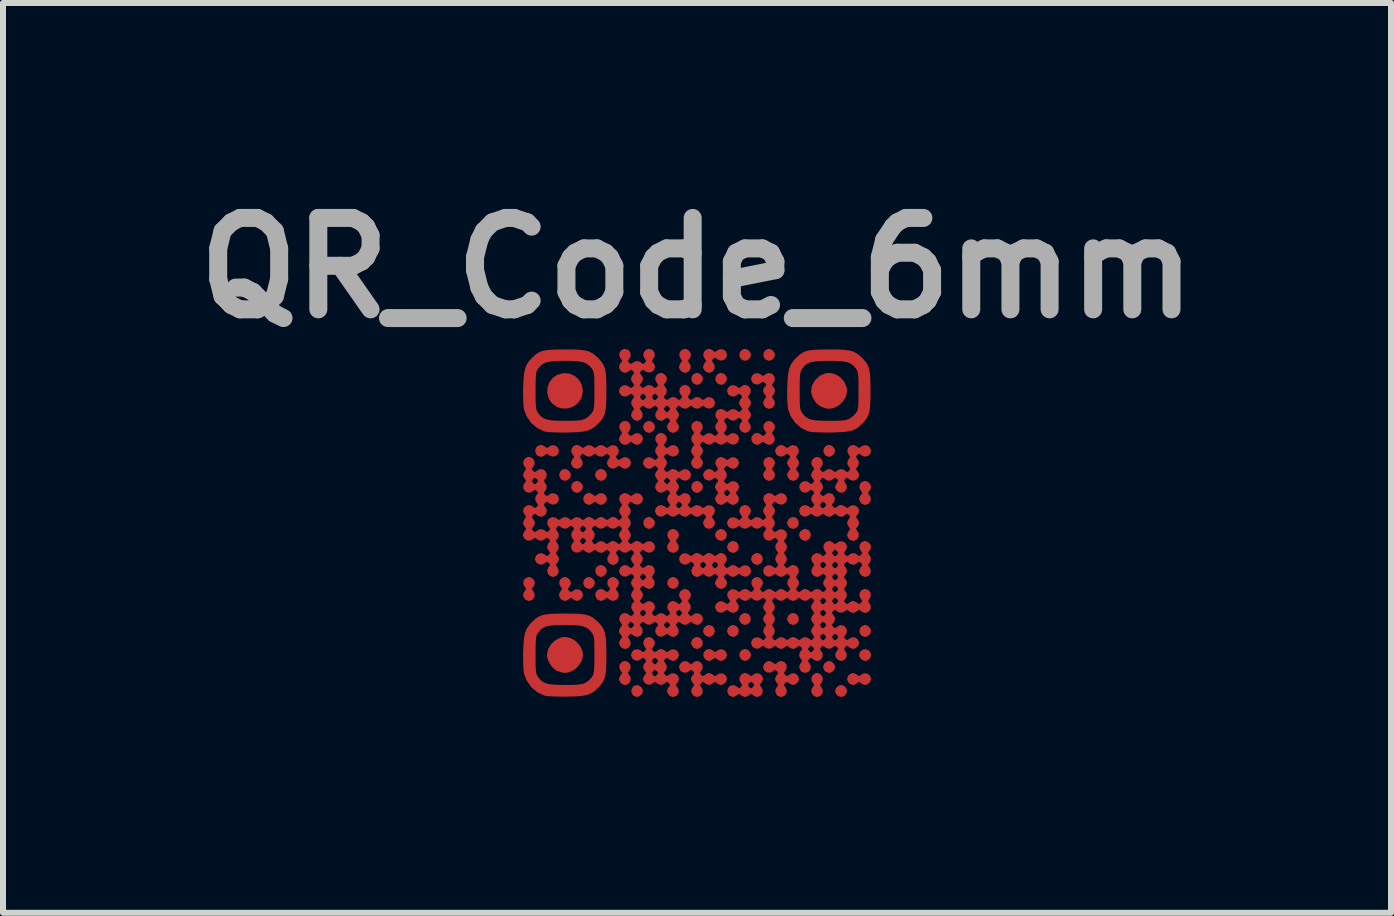
<source format=kicad_pcb>
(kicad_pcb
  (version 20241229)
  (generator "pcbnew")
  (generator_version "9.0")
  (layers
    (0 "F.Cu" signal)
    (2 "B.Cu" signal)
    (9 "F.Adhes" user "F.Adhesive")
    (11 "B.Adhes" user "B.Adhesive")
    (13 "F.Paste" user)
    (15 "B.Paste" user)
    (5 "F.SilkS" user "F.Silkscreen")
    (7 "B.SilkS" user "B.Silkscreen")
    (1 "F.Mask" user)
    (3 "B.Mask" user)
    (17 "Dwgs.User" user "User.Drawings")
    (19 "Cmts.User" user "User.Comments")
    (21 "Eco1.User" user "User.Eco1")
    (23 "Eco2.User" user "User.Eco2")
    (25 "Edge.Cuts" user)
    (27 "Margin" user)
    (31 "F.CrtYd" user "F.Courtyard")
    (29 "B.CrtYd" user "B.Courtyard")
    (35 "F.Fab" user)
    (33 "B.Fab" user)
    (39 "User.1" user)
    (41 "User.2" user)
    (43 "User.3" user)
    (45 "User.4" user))
  (footprint "QR_Code_6mm"
    (layer "F.Cu")
    (at 8.571 5.668)
    (property "Reference" "QR_Code_6mm" (at 0 -4.25 0) (layer "F.Fab") (effects (font (size 1.524 1.524) (thickness 0.3))))
    (attr board_only exclude_from_pos_files exclude_from_bom)
    (fp_poly (pts (xy -2.152 -0.883) (xy -2.113 -0.842) (xy -2.102 -0.801) (xy -2.119 -0.75) (xy -2.161 -0.712) (xy -2.202 -0.701) (xy -2.246 -0.714) (xy -2.27 -0.732) (xy -2.297 -0.782) (xy -2.292 -0.835) (xy -2.262 -0.879) (xy -2.212 -0.9) (xy -2.202 -0.901)) (stroke (width 0) (type solid)) (fill yes) (layer "F.Cu"))
    (fp_poly (pts (xy -1.951 -0.683) (xy -1.913 -0.641) (xy -1.901 -0.6) (xy -1.919 -0.55) (xy -1.961 -0.512) (xy -2.002 -0.5) (xy -2.046 -0.514) (xy -2.07 -0.532) (xy -2.097 -0.582) (xy -2.092 -0.635) (xy -2.062 -0.679) (xy -2.011 -0.7) (xy -2.002 -0.701)) (stroke (width 0) (type solid)) (fill yes) (layer "F.Cu"))
    (fp_poly (pts (xy -1.751 0.918) (xy -1.713 0.96) (xy -1.701 1.001) (xy -1.719 1.051) (xy -1.76 1.089) (xy -1.801 1.101) (xy -1.845 1.087) (xy -1.87 1.069) (xy -1.897 1.02) (xy -1.892 0.966) (xy -1.862 0.923) (xy -1.811 0.901) (xy -1.801 0.901)) (stroke (width 0) (type solid)) (fill yes) (layer "F.Cu"))
    (fp_poly (pts (xy -1.551 0.718) (xy -1.513 0.76) (xy -1.501 0.801) (xy -1.519 0.851) (xy -1.56 0.889) (xy -1.601 0.901) (xy -1.645 0.887) (xy -1.67 0.869) (xy -1.696 0.819) (xy -1.692 0.766) (xy -1.662 0.722) (xy -1.611 0.701) (xy -1.601 0.701)) (stroke (width 0) (type solid)) (fill yes) (layer "F.Cu"))
    (fp_poly (pts (xy -0.951 2.719) (xy -0.912 2.761) (xy -0.901 2.802) (xy -0.918 2.852) (xy -0.96 2.891) (xy -1.001 2.902) (xy -1.045 2.889) (xy -1.069 2.871) (xy -1.096 2.821) (xy -1.091 2.768) (xy -1.061 2.724) (xy -1.011 2.703) (xy -1.001 2.702)) (stroke (width 0) (type solid)) (fill yes) (layer "F.Cu"))
    (fp_poly (pts (xy -0.75 -0.083) (xy -0.712 -0.041) (xy -0.701 0) (xy -0.718 0.05) (xy -0.76 0.088) (xy -0.801 0.1) (xy -0.845 0.087) (xy -0.869 0.069) (xy -0.896 0.019) (xy -0.891 -0.034) (xy -0.861 -0.078) (xy -0.811 -0.1) (xy -0.801 -0.1)) (stroke (width 0) (type solid)) (fill yes) (layer "F.Cu"))
    (fp_poly (pts (xy 0.05 -2.485) (xy 0.088 -2.443) (xy 0.1 -2.402) (xy 0.083 -2.352) (xy 0.041 -2.313) (xy 0 -2.302) (xy -0.044 -2.315) (xy -0.069 -2.333) (xy -0.095 -2.383) (xy -0.091 -2.436) (xy -0.061 -2.48) (xy -0.01 -2.501) (xy 0 -2.502)) (stroke (width 0) (type solid)) (fill yes) (layer "F.Cu"))
    (fp_poly (pts (xy 0.05 -0.683) (xy 0.088 -0.641) (xy 0.1 -0.6) (xy 0.083 -0.55) (xy 0.041 -0.512) (xy 0 -0.5) (xy -0.044 -0.514) (xy -0.069 -0.532) (xy -0.095 -0.582) (xy -0.091 -0.635) (xy -0.061 -0.679) (xy -0.01 -0.7) (xy 0 -0.701)) (stroke (width 0) (type solid)) (fill yes) (layer "F.Cu"))
    (fp_poly (pts (xy 0.451 -2.485) (xy 0.489 -2.443) (xy 0.5 -2.402) (xy 0.483 -2.352) (xy 0.441 -2.313) (xy 0.4 -2.302) (xy 0.356 -2.315) (xy 0.332 -2.333) (xy 0.305 -2.383) (xy 0.31 -2.436) (xy 0.34 -2.48) (xy 0.39 -2.501) (xy 0.4 -2.502)) (stroke (width 0) (type solid)) (fill yes) (layer "F.Cu"))
    (fp_poly (pts (xy 0.851 -2.885) (xy 0.889 -2.843) (xy 0.901 -2.802) (xy 0.883 -2.752) (xy 0.842 -2.714) (xy 0.801 -2.702) (xy 0.757 -2.716) (xy 0.732 -2.734) (xy 0.706 -2.783) (xy 0.71 -2.837) (xy 0.74 -2.88) (xy 0.791 -2.902) (xy 0.801 -2.902)) (stroke (width 0) (type solid)) (fill yes) (layer "F.Cu"))
    (fp_poly (pts (xy 0.851 2.119) (xy 0.889 2.161) (xy 0.901 2.202) (xy 0.883 2.252) (xy 0.842 2.29) (xy 0.801 2.302) (xy 0.757 2.288) (xy 0.732 2.27) (xy 0.706 2.221) (xy 0.71 2.167) (xy 0.74 2.124) (xy 0.791 2.102) (xy 0.801 2.102)) (stroke (width 0) (type solid)) (fill yes) (layer "F.Cu"))
    (fp_poly (pts (xy 1.251 -2.885) (xy 1.289 -2.843) (xy 1.301 -2.802) (xy 1.284 -2.752) (xy 1.242 -2.714) (xy 1.201 -2.702) (xy 1.157 -2.716) (xy 1.132 -2.734) (xy 1.106 -2.783) (xy 1.11 -2.837) (xy 1.14 -2.88) (xy 1.191 -2.902) (xy 1.201 -2.902)) (stroke (width 0) (type solid)) (fill yes) (layer "F.Cu"))
    (fp_poly (pts (xy 2.252 -1.284) (xy 2.29 -1.242) (xy 2.302 -1.201) (xy 2.284 -1.151) (xy 2.243 -1.112) (xy 2.202 -1.101) (xy 2.158 -1.114) (xy 2.133 -1.132) (xy 2.107 -1.182) (xy 2.111 -1.235) (xy 2.141 -1.279) (xy 2.192 -1.301) (xy 2.202 -1.301)) (stroke (width 0) (type solid)) (fill yes) (layer "F.Cu"))
    (fp_poly (pts (xy 2.852 1.719) (xy 2.891 1.76) (xy 2.902 1.801) (xy 2.885 1.852) (xy 2.843 1.89) (xy 2.802 1.901) (xy 2.758 1.888) (xy 2.734 1.87) (xy 2.707 1.82) (xy 2.712 1.767) (xy 2.742 1.723) (xy 2.792 1.702) (xy 2.802 1.701)) (stroke (width 0) (type solid)) (fill yes) (layer "F.Cu"))
    (fp_poly (pts (xy -0.347 0.917) (xy -0.313 0.958) (xy -0.304 1.011) (xy -0.325 1.062) (xy -0.332 1.069) (xy -0.374 1.095) (xy -0.4 1.101) (xy -0.444 1.087) (xy -0.469 1.069) (xy -0.495 1.02) (xy -0.491 0.966) (xy -0.461 0.923) (xy -0.41 0.901) (xy -0.4 0.901)) (stroke (width 0) (type solid)) (fill yes) (layer "F.Cu"))
    (fp_poly (pts (xy 0.053 1.918) (xy 0.087 1.959) (xy 0.096 2.012) (xy 0.075 2.063) (xy 0.069 2.07) (xy 0.027 2.096) (xy 0 2.102) (xy -0.044 2.088) (xy -0.069 2.07) (xy -0.094 2.028) (xy -0.1 2.002) (xy -0.087 1.958) (xy -0.069 1.933) (xy -0.027 1.907) (xy 0 1.901)) (stroke (width 0) (type solid)) (fill yes) (layer "F.Cu"))
    (fp_poly (pts (xy 0.254 1.718) (xy 0.288 1.759) (xy 0.297 1.811) (xy 0.275 1.863) (xy 0.269 1.87) (xy 0.227 1.896) (xy 0.2 1.901) (xy 0.156 1.888) (xy 0.132 1.87) (xy 0.106 1.828) (xy 0.1 1.801) (xy 0.114 1.757) (xy 0.132 1.733) (xy 0.173 1.707) (xy 0.2 1.701)) (stroke (width 0) (type solid)) (fill yes) (layer "F.Cu"))
    (fp_poly (pts (xy 0.454 0.117) (xy 0.488 0.158) (xy 0.497 0.21) (xy 0.476 0.261) (xy 0.469 0.269) (xy 0.427 0.295) (xy 0.4 0.3) (xy 0.356 0.287) (xy 0.332 0.269) (xy 0.306 0.227) (xy 0.3 0.2) (xy 0.314 0.156) (xy 0.332 0.132) (xy 0.374 0.106) (xy 0.4 0.1)) (stroke (width 0) (type solid)) (fill yes) (layer "F.Cu"))
    (fp_poly (pts (xy 0.654 0.317) (xy 0.688 0.358) (xy 0.697 0.41) (xy 0.676 0.462) (xy 0.669 0.469) (xy 0.627 0.495) (xy 0.6 0.5) (xy 0.556 0.487) (xy 0.532 0.469) (xy 0.506 0.427) (xy 0.5 0.4) (xy 0.514 0.356) (xy 0.532 0.332) (xy 0.574 0.306) (xy 0.6 0.3)) (stroke (width 0) (type solid)) (fill yes) (layer "F.Cu"))
    (fp_poly (pts (xy 0.654 1.718) (xy 0.688 1.759) (xy 0.697 1.811) (xy 0.676 1.863) (xy 0.669 1.87) (xy 0.627 1.896) (xy 0.6 1.901) (xy 0.556 1.888) (xy 0.532 1.87) (xy 0.506 1.828) (xy 0.5 1.801) (xy 0.514 1.757) (xy 0.532 1.733) (xy 0.574 1.707) (xy 0.6 1.701)) (stroke (width 0) (type solid)) (fill yes) (layer "F.Cu"))
    (fp_poly (pts (xy 0.854 1.518) (xy 0.888 1.559) (xy 0.897 1.611) (xy 0.876 1.663) (xy 0.869 1.67) (xy 0.827 1.696) (xy 0.801 1.701) (xy 0.757 1.688) (xy 0.732 1.67) (xy 0.706 1.628) (xy 0.701 1.601) (xy 0.714 1.557) (xy 0.732 1.533) (xy 0.774 1.507) (xy 0.801 1.501)) (stroke (width 0) (type solid)) (fill yes) (layer "F.Cu"))
    (fp_poly (pts (xy 1.054 0.517) (xy 1.088 0.558) (xy 1.097 0.61) (xy 1.076 0.662) (xy 1.069 0.669) (xy 1.028 0.695) (xy 1.001 0.701) (xy 0.957 0.687) (xy 0.932 0.669) (xy 0.906 0.627) (xy 0.901 0.6) (xy 0.914 0.556) (xy 0.932 0.532) (xy 0.974 0.506) (xy 1.001 0.5)) (stroke (width 0) (type solid)) (fill yes) (layer "F.Cu"))
    (fp_poly (pts (xy 1.655 -0.084) (xy 1.689 -0.043) (xy 1.698 0.01) (xy 1.677 0.061) (xy 1.67 0.069) (xy 1.628 0.094) (xy 1.601 0.1) (xy 1.557 0.087) (xy 1.533 0.069) (xy 1.507 0.027) (xy 1.501 0) (xy 1.515 -0.044) (xy 1.533 -0.069) (xy 1.574 -0.094) (xy 1.601 -0.1)) (stroke (width 0) (type solid)) (fill yes) (layer "F.Cu"))
    (fp_poly (pts (xy 1.655 1.518) (xy 1.689 1.559) (xy 1.698 1.611) (xy 1.677 1.663) (xy 1.67 1.67) (xy 1.628 1.696) (xy 1.601 1.701) (xy 1.557 1.688) (xy 1.533 1.67) (xy 1.507 1.628) (xy 1.501 1.601) (xy 1.515 1.557) (xy 1.533 1.533) (xy 1.574 1.507) (xy 1.601 1.501)) (stroke (width 0) (type solid)) (fill yes) (layer "F.Cu"))
    (fp_poly (pts (xy 1.855 0.117) (xy 1.889 0.158) (xy 1.898 0.21) (xy 1.877 0.261) (xy 1.87 0.269) (xy 1.828 0.295) (xy 1.801 0.3) (xy 1.757 0.287) (xy 1.733 0.269) (xy 1.707 0.227) (xy 1.701 0.2) (xy 1.715 0.156) (xy 1.733 0.132) (xy 1.775 0.106) (xy 1.801 0.1)) (stroke (width 0) (type solid)) (fill yes) (layer "F.Cu"))
    (fp_poly (pts (xy 2.863 2.126) (xy 2.871 2.133) (xy 2.897 2.175) (xy 2.902 2.202) (xy 2.889 2.246) (xy 2.871 2.27) (xy 2.829 2.296) (xy 2.802 2.302) (xy 2.758 2.288) (xy 2.734 2.27) (xy 2.708 2.229) (xy 2.702 2.202) (xy 2.719 2.148) (xy 2.76 2.114) (xy 2.812 2.105)) (stroke (width 0) (type solid)) (fill yes) (layer "F.Cu"))
    (fp_poly (pts (xy -1.557 -0.887) (xy -1.533 -0.869) (xy -1.507 -0.827) (xy -1.501 -0.801) (xy -1.515 -0.757) (xy -1.533 -0.732) (xy -1.574 -0.706) (xy -1.601 -0.701) (xy -1.645 -0.714) (xy -1.67 -0.732) (xy -1.696 -0.774) (xy -1.701 -0.801) (xy -1.688 -0.845) (xy -1.67 -0.869) (xy -1.628 -0.895) (xy -1.601 -0.901)) (stroke (width 0) (type solid)) (fill yes) (layer "F.Cu"))
    (fp_poly (pts (xy -0.757 -1.688) (xy -0.732 -1.67) (xy -0.706 -1.628) (xy -0.701 -1.601) (xy -0.714 -1.557) (xy -0.732 -1.533) (xy -0.774 -1.507) (xy -0.801 -1.501) (xy -0.845 -1.515) (xy -0.869 -1.533) (xy -0.895 -1.574) (xy -0.901 -1.601) (xy -0.887 -1.645) (xy -0.869 -1.67) (xy -0.827 -1.696) (xy -0.801 -1.701)) (stroke (width 0) (type solid)) (fill yes) (layer "F.Cu"))
    (fp_poly (pts (xy 2.246 2.315) (xy 2.27 2.333) (xy 2.296 2.375) (xy 2.302 2.402) (xy 2.288 2.446) (xy 2.27 2.471) (xy 2.229 2.496) (xy 2.202 2.502) (xy 2.158 2.488) (xy 2.133 2.471) (xy 2.107 2.429) (xy 2.102 2.402) (xy 2.115 2.358) (xy 2.133 2.333) (xy 2.175 2.307) (xy 2.202 2.302)) (stroke (width 0) (type solid)) (fill yes) (layer "F.Cu"))
    (fp_poly (pts (xy 2.446 2.716) (xy 2.471 2.734) (xy 2.496 2.775) (xy 2.502 2.802) (xy 2.488 2.846) (xy 2.471 2.871) (xy 2.429 2.897) (xy 2.402 2.902) (xy 2.358 2.889) (xy 2.333 2.871) (xy 2.307 2.829) (xy 2.302 2.802) (xy 2.315 2.758) (xy 2.333 2.734) (xy 2.375 2.708) (xy 2.402 2.702)) (stroke (width 0) (type solid)) (fill yes) (layer "F.Cu"))
    (fp_poly (pts (xy -2.13 -2.491) (xy -2.041 -2.452) (xy -1.97 -2.388) (xy -1.922 -2.306) (xy -1.903 -2.211) (xy -1.917 -2.112) (xy -1.932 -2.074) (xy -1.991 -1.992) (xy -2.073 -1.935) (xy -2.17 -1.907) (xy -2.269 -1.91) (xy -2.337 -1.934) (xy -2.42 -1.995) (xy -2.473 -2.074) (xy -2.497 -2.162) (xy -2.494 -2.253) (xy -2.464 -2.34) (xy -2.41 -2.414) (xy -2.332 -2.469) (xy -2.233 -2.497)) (stroke (width 0) (type solid)) (fill yes) (layer "F.Cu"))
    (fp_poly (pts (xy -2.106 1.92) (xy -2.021 1.971) (xy -1.953 2.045) (xy -1.911 2.134) (xy -1.901 2.203) (xy -1.92 2.293) (xy -1.97 2.377) (xy -2.042 2.445) (xy -2.128 2.489) (xy -2.204 2.501) (xy -2.267 2.491) (xy -2.335 2.466) (xy -2.347 2.461) (xy -2.417 2.404) (xy -2.471 2.322) (xy -2.5 2.232) (xy -2.502 2.202) (xy -2.483 2.107) (xy -2.433 2.021) (xy -2.359 1.953) (xy -2.27 1.911) (xy -2.202 1.901)) (stroke (width 0) (type solid)) (fill yes) (layer "F.Cu"))
    (fp_poly (pts (xy 2.297 -2.483) (xy 2.383 -2.433) (xy 2.45 -2.359) (xy 2.492 -2.269) (xy 2.502 -2.2) (xy 2.483 -2.11) (xy 2.434 -2.027) (xy 2.362 -1.959) (xy 2.276 -1.915) (xy 2.199 -1.902) (xy 2.136 -1.913) (xy 2.068 -1.937) (xy 2.057 -1.943) (xy 1.986 -2) (xy 1.932 -2.081) (xy 1.904 -2.171) (xy 1.901 -2.202) (xy 1.92 -2.297) (xy 1.971 -2.382) (xy 2.044 -2.45) (xy 2.134 -2.492) (xy 2.202 -2.502)) (stroke (width 0) (type solid)) (fill yes) (layer "F.Cu"))
    (fp_poly (pts (xy -2.752 0.918) (xy -2.714 0.96) (xy -2.702 1.001) (xy -2.716 1.045) (xy -2.734 1.069) (xy -2.755 1.097) (xy -2.744 1.121) (xy -2.734 1.132) (xy -2.707 1.182) (xy -2.712 1.235) (xy -2.742 1.279) (xy -2.792 1.301) (xy -2.802 1.301) (xy -2.846 1.287) (xy -2.871 1.27) (xy -2.9 1.217) (xy -2.891 1.16) (xy -2.871 1.132) (xy -2.85 1.105) (xy -2.86 1.081) (xy -2.871 1.069) (xy -2.897 1.02) (xy -2.893 0.966) (xy -2.863 0.923) (xy -2.812 0.901) (xy -2.802 0.901)) (stroke (width 0) (type solid)) (fill yes) (layer "F.Cu"))
    (fp_poly (pts (xy 2.055 2.519) (xy 2.089 2.56) (xy 2.098 2.612) (xy 2.077 2.663) (xy 2.07 2.671) (xy 2.049 2.698) (xy 2.059 2.722) (xy 2.07 2.734) (xy 2.097 2.783) (xy 2.092 2.837) (xy 2.062 2.88) (xy 2.011 2.902) (xy 2.002 2.902) (xy 1.958 2.889) (xy 1.933 2.871) (xy 1.904 2.818) (xy 1.912 2.762) (xy 1.933 2.734) (xy 1.954 2.706) (xy 1.944 2.682) (xy 1.933 2.671) (xy 1.906 2.621) (xy 1.911 2.568) (xy 1.941 2.524) (xy 1.992 2.502) (xy 2.002 2.502)) (stroke (width 0) (type solid)) (fill yes) (layer "F.Cu"))
    (fp_poly (pts (xy -2.558 -1.287) (xy -2.533 -1.27) (xy -2.506 -1.249) (xy -2.482 -1.259) (xy -2.471 -1.27) (xy -2.421 -1.296) (xy -2.368 -1.292) (xy -2.324 -1.261) (xy -2.302 -1.211) (xy -2.302 -1.201) (xy -2.318 -1.147) (xy -2.359 -1.114) (xy -2.412 -1.105) (xy -2.463 -1.126) (xy -2.471 -1.132) (xy -2.498 -1.153) (xy -2.522 -1.143) (xy -2.533 -1.132) (xy -2.575 -1.107) (xy -2.602 -1.101) (xy -2.646 -1.114) (xy -2.671 -1.132) (xy -2.697 -1.182) (xy -2.693 -1.235) (xy -2.663 -1.279) (xy -2.612 -1.301) (xy -2.602 -1.301)) (stroke (width 0) (type solid)) (fill yes) (layer "F.Cu"))
    (fp_poly (pts (xy -1.757 -0.487) (xy -1.733 -0.469) (xy -1.705 -0.448) (xy -1.681 -0.458) (xy -1.67 -0.469) (xy -1.62 -0.495) (xy -1.567 -0.491) (xy -1.523 -0.461) (xy -1.502 -0.41) (xy -1.501 -0.4) (xy -1.519 -0.35) (xy -1.56 -0.312) (xy -1.601 -0.3) (xy -1.645 -0.314) (xy -1.67 -0.332) (xy -1.698 -0.353) (xy -1.722 -0.342) (xy -1.733 -0.332) (xy -1.775 -0.306) (xy -1.801 -0.3) (xy -1.845 -0.314) (xy -1.87 -0.332) (xy -1.897 -0.381) (xy -1.892 -0.435) (xy -1.862 -0.478) (xy -1.811 -0.5) (xy -1.801 -0.5)) (stroke (width 0) (type solid)) (fill yes) (layer "F.Cu"))
    (fp_poly (pts (xy -1.147 2.318) (xy -1.114 2.359) (xy -1.105 2.412) (xy -1.126 2.463) (xy -1.132 2.471) (xy -1.153 2.498) (xy -1.143 2.522) (xy -1.132 2.533) (xy -1.106 2.583) (xy -1.11 2.636) (xy -1.14 2.68) (xy -1.191 2.702) (xy -1.201 2.702) (xy -1.245 2.689) (xy -1.27 2.671) (xy -1.295 2.629) (xy -1.301 2.602) (xy -1.287 2.558) (xy -1.27 2.533) (xy -1.249 2.506) (xy -1.259 2.482) (xy -1.27 2.471) (xy -1.296 2.421) (xy -1.292 2.368) (xy -1.261 2.324) (xy -1.211 2.302) (xy -1.201 2.302)) (stroke (width 0) (type solid)) (fill yes) (layer "F.Cu"))
    (fp_poly (pts (xy -0.35 0.117) (xy -0.312 0.159) (xy -0.3 0.2) (xy -0.314 0.244) (xy -0.332 0.269) (xy -0.353 0.296) (xy -0.342 0.32) (xy -0.332 0.332) (xy -0.303 0.385) (xy -0.311 0.441) (xy -0.332 0.469) (xy -0.374 0.495) (xy -0.4 0.5) (xy -0.444 0.487) (xy -0.469 0.469) (xy -0.495 0.427) (xy -0.5 0.4) (xy -0.487 0.356) (xy -0.469 0.332) (xy -0.448 0.304) (xy -0.458 0.28) (xy -0.469 0.269) (xy -0.495 0.219) (xy -0.491 0.166) (xy -0.461 0.122) (xy -0.41 0.101) (xy -0.4 0.1)) (stroke (width 0) (type solid)) (fill yes) (layer "F.Cu"))
    (fp_poly (pts (xy -0.15 -2.885) (xy -0.112 -2.843) (xy -0.1 -2.802) (xy -0.114 -2.758) (xy -0.132 -2.734) (xy -0.153 -2.706) (xy -0.142 -2.682) (xy -0.132 -2.671) (xy -0.105 -2.621) (xy -0.109 -2.568) (xy -0.14 -2.524) (xy -0.19 -2.502) (xy -0.2 -2.502) (xy -0.244 -2.516) (xy -0.269 -2.533) (xy -0.295 -2.575) (xy -0.3 -2.602) (xy -0.287 -2.646) (xy -0.269 -2.671) (xy -0.248 -2.698) (xy -0.258 -2.722) (xy -0.269 -2.734) (xy -0.295 -2.783) (xy -0.291 -2.837) (xy -0.261 -2.88) (xy -0.21 -2.902) (xy -0.2 -2.902)) (stroke (width 0) (type solid)) (fill yes) (layer "F.Cu"))
    (fp_poly (pts (xy 0.244 2.115) (xy 0.269 2.133) (xy 0.296 2.154) (xy 0.32 2.144) (xy 0.332 2.133) (xy 0.381 2.107) (xy 0.435 2.111) (xy 0.478 2.141) (xy 0.5 2.192) (xy 0.5 2.202) (xy 0.483 2.252) (xy 0.441 2.29) (xy 0.4 2.302) (xy 0.356 2.288) (xy 0.332 2.27) (xy 0.304 2.249) (xy 0.28 2.26) (xy 0.269 2.27) (xy 0.227 2.296) (xy 0.2 2.302) (xy 0.156 2.288) (xy 0.132 2.27) (xy 0.105 2.221) (xy 0.109 2.167) (xy 0.14 2.124) (xy 0.19 2.102) (xy 0.2 2.102)) (stroke (width 0) (type solid)) (fill yes) (layer "F.Cu"))
    (fp_poly (pts (xy 2.852 -0.683) (xy 2.891 -0.641) (xy 2.902 -0.6) (xy 2.889 -0.556) (xy 2.871 -0.532) (xy 2.85 -0.504) (xy 2.86 -0.48) (xy 2.871 -0.469) (xy 2.897 -0.419) (xy 2.893 -0.366) (xy 2.863 -0.322) (xy 2.812 -0.301) (xy 2.802 -0.3) (xy 2.758 -0.314) (xy 2.734 -0.332) (xy 2.708 -0.374) (xy 2.702 -0.4) (xy 2.716 -0.444) (xy 2.734 -0.469) (xy 2.755 -0.497) (xy 2.744 -0.521) (xy 2.734 -0.532) (xy 2.707 -0.582) (xy 2.712 -0.635) (xy 2.742 -0.679) (xy 2.792 -0.7) (xy 2.802 -0.701)) (stroke (width 0) (type solid)) (fill yes) (layer "F.Cu"))
    (fp_poly (pts (xy 1.251 -1.084) (xy 1.289 -1.042) (xy 1.301 -1.001) (xy 1.287 -0.957) (xy 1.27 -0.932) (xy 1.249 -0.904) (xy 1.259 -0.88) (xy 1.27 -0.869) (xy 1.295 -0.827) (xy 1.301 -0.801) (xy 1.287 -0.757) (xy 1.27 -0.732) (xy 1.228 -0.706) (xy 1.201 -0.701) (xy 1.157 -0.714) (xy 1.132 -0.732) (xy 1.107 -0.774) (xy 1.101 -0.801) (xy 1.114 -0.845) (xy 1.132 -0.869) (xy 1.153 -0.897) (xy 1.143 -0.921) (xy 1.132 -0.932) (xy 1.106 -0.982) (xy 1.11 -1.035) (xy 1.14 -1.079) (xy 1.191 -1.1) (xy 1.201 -1.101)) (stroke (width 0) (type solid)) (fill yes) (layer "F.Cu"))
    (fp_poly (pts (xy 2.646 2.516) (xy 2.671 2.533) (xy 2.698 2.554) (xy 2.722 2.544) (xy 2.734 2.533) (xy 2.783 2.507) (xy 2.837 2.511) (xy 2.88 2.542) (xy 2.902 2.592) (xy 2.902 2.602) (xy 2.885 2.652) (xy 2.843 2.691) (xy 2.802 2.702) (xy 2.758 2.689) (xy 2.734 2.671) (xy 2.706 2.65) (xy 2.682 2.66) (xy 2.671 2.671) (xy 2.629 2.696) (xy 2.602 2.702) (xy 2.558 2.689) (xy 2.533 2.671) (xy 2.508 2.629) (xy 2.502 2.602) (xy 2.516 2.558) (xy 2.533 2.533) (xy 2.575 2.508) (xy 2.602 2.502)) (stroke (width 0) (type solid)) (fill yes) (layer "F.Cu"))
    (fp_poly (pts (xy -2.152 0.918) (xy -2.113 0.96) (xy -2.102 1.001) (xy -2.115 1.045) (xy -2.133 1.069) (xy -2.154 1.097) (xy -2.144 1.121) (xy -2.133 1.132) (xy -2.105 1.153) (xy -2.081 1.143) (xy -2.07 1.132) (xy -2.02 1.106) (xy -1.967 1.11) (xy -1.923 1.14) (xy -1.902 1.191) (xy -1.901 1.201) (xy -1.919 1.251) (xy -1.961 1.289) (xy -2.002 1.301) (xy -2.046 1.287) (xy -2.07 1.27) (xy -2.098 1.249) (xy -2.122 1.259) (xy -2.133 1.27) (xy -2.175 1.295) (xy -2.202 1.301) (xy -2.246 1.287) (xy -2.27 1.27) (xy -2.296 1.228) (xy -2.302 1.201) (xy -2.288 1.157) (xy -2.27 1.132) (xy -2.249 1.105) (xy -2.26 1.081) (xy -2.27 1.069) (xy -2.297 1.02) (xy -2.292 0.966) (xy -2.262 0.923) (xy -2.212 0.901) (xy -2.202 0.901)) (stroke (width 0) (type solid)) (fill yes) (layer "F.Cu"))
    (fp_poly (pts (xy -1.351 0.918) (xy -1.313 0.96) (xy -1.301 1.001) (xy -1.315 1.045) (xy -1.332 1.069) (xy -1.353 1.097) (xy -1.343 1.121) (xy -1.332 1.132) (xy -1.306 1.182) (xy -1.31 1.235) (xy -1.341 1.279) (xy -1.391 1.301) (xy -1.401 1.301) (xy -1.445 1.287) (xy -1.47 1.27) (xy -1.497 1.249) (xy -1.521 1.259) (xy -1.533 1.27) (xy -1.574 1.295) (xy -1.601 1.301) (xy -1.645 1.287) (xy -1.67 1.27) (xy -1.696 1.22) (xy -1.692 1.167) (xy -1.662 1.123) (xy -1.611 1.101) (xy -1.601 1.101) (xy -1.557 1.114) (xy -1.533 1.132) (xy -1.505 1.153) (xy -1.481 1.143) (xy -1.47 1.132) (xy -1.449 1.105) (xy -1.459 1.081) (xy -1.47 1.069) (xy -1.496 1.02) (xy -1.492 0.966) (xy -1.462 0.923) (xy -1.411 0.901) (xy -1.401 0.901)) (stroke (width 0) (type solid)) (fill yes) (layer "F.Cu"))
    (fp_poly (pts (xy -1.147 -1.685) (xy -1.114 -1.644) (xy -1.105 -1.591) (xy -1.126 -1.54) (xy -1.132 -1.533) (xy -1.153 -1.505) (xy -1.143 -1.481) (xy -1.132 -1.47) (xy -1.105 -1.449) (xy -1.081 -1.459) (xy -1.069 -1.47) (xy -1.02 -1.496) (xy -0.966 -1.492) (xy -0.923 -1.462) (xy -0.901 -1.411) (xy -0.901 -1.401) (xy -0.918 -1.351) (xy -0.96 -1.313) (xy -1.001 -1.301) (xy -1.045 -1.315) (xy -1.069 -1.332) (xy -1.097 -1.353) (xy -1.121 -1.343) (xy -1.132 -1.332) (xy -1.174 -1.307) (xy -1.201 -1.301) (xy -1.245 -1.315) (xy -1.27 -1.332) (xy -1.295 -1.374) (xy -1.301 -1.401) (xy -1.287 -1.445) (xy -1.27 -1.47) (xy -1.249 -1.497) (xy -1.259 -1.521) (xy -1.27 -1.533) (xy -1.296 -1.582) (xy -1.292 -1.636) (xy -1.261 -1.679) (xy -1.211 -1.701) (xy -1.201 -1.701)) (stroke (width 0) (type solid)) (fill yes) (layer "F.Cu"))
    (fp_poly (pts (xy 0.244 -2.889) (xy 0.269 -2.871) (xy 0.296 -2.85) (xy 0.32 -2.86) (xy 0.332 -2.871) (xy 0.381 -2.897) (xy 0.435 -2.893) (xy 0.478 -2.863) (xy 0.5 -2.812) (xy 0.5 -2.802) (xy 0.484 -2.749) (xy 0.443 -2.715) (xy 0.39 -2.706) (xy 0.339 -2.727) (xy 0.332 -2.734) (xy 0.304 -2.755) (xy 0.28 -2.744) (xy 0.269 -2.734) (xy 0.248 -2.706) (xy 0.258 -2.682) (xy 0.269 -2.671) (xy 0.295 -2.621) (xy 0.291 -2.568) (xy 0.261 -2.524) (xy 0.21 -2.502) (xy 0.2 -2.502) (xy 0.156 -2.516) (xy 0.132 -2.533) (xy 0.106 -2.575) (xy 0.1 -2.602) (xy 0.114 -2.646) (xy 0.132 -2.671) (xy 0.153 -2.698) (xy 0.142 -2.722) (xy 0.132 -2.734) (xy 0.105 -2.783) (xy 0.109 -2.837) (xy 0.14 -2.88) (xy 0.19 -2.902) (xy 0.2 -2.902)) (stroke (width 0) (type solid)) (fill yes) (layer "F.Cu"))
    (fp_poly (pts (xy 1.251 -1.684) (xy 1.289 -1.642) (xy 1.301 -1.601) (xy 1.287 -1.557) (xy 1.27 -1.533) (xy 1.249 -1.505) (xy 1.259 -1.481) (xy 1.27 -1.47) (xy 1.296 -1.42) (xy 1.292 -1.367) (xy 1.261 -1.323) (xy 1.211 -1.302) (xy 1.201 -1.301) (xy 1.157 -1.315) (xy 1.132 -1.332) (xy 1.105 -1.353) (xy 1.081 -1.343) (xy 1.069 -1.332) (xy 1.028 -1.307) (xy 1.001 -1.301) (xy 0.957 -1.315) (xy 0.932 -1.332) (xy 0.906 -1.382) (xy 0.91 -1.435) (xy 0.94 -1.479) (xy 0.991 -1.501) (xy 1.001 -1.501) (xy 1.045 -1.488) (xy 1.069 -1.47) (xy 1.097 -1.449) (xy 1.121 -1.459) (xy 1.132 -1.47) (xy 1.153 -1.497) (xy 1.143 -1.521) (xy 1.132 -1.533) (xy 1.106 -1.582) (xy 1.11 -1.636) (xy 1.14 -1.679) (xy 1.191 -1.701) (xy 1.201 -1.701)) (stroke (width 0) (type solid)) (fill yes) (layer "F.Cu"))
    (fp_poly (pts (xy 1.241 -2.491) (xy 1.27 -2.471) (xy 1.298 -2.418) (xy 1.29 -2.361) (xy 1.27 -2.333) (xy 1.249 -2.306) (xy 1.259 -2.282) (xy 1.27 -2.27) (xy 1.295 -2.229) (xy 1.301 -2.202) (xy 1.287 -2.158) (xy 1.27 -2.133) (xy 1.249 -2.105) (xy 1.259 -2.081) (xy 1.27 -2.07) (xy 1.296 -2.02) (xy 1.292 -1.967) (xy 1.261 -1.923) (xy 1.211 -1.902) (xy 1.201 -1.901) (xy 1.157 -1.915) (xy 1.132 -1.933) (xy 1.107 -1.975) (xy 1.101 -2.002) (xy 1.114 -2.046) (xy 1.132 -2.07) (xy 1.153 -2.098) (xy 1.143 -2.122) (xy 1.132 -2.133) (xy 1.107 -2.175) (xy 1.101 -2.202) (xy 1.114 -2.246) (xy 1.132 -2.27) (xy 1.153 -2.298) (xy 1.143 -2.322) (xy 1.132 -2.333) (xy 1.105 -2.354) (xy 1.081 -2.344) (xy 1.069 -2.333) (xy 1.02 -2.307) (xy 0.966 -2.311) (xy 0.923 -2.341) (xy 0.901 -2.392) (xy 0.901 -2.402) (xy 0.917 -2.455) (xy 0.958 -2.489) (xy 1.011 -2.498) (xy 1.062 -2.477) (xy 1.069 -2.471) (xy 1.097 -2.45) (xy 1.121 -2.46) (xy 1.132 -2.471) (xy 1.185 -2.499)) (stroke (width 0) (type solid)) (fill yes) (layer "F.Cu"))
    (fp_poly (pts (xy 1.445 -1.287) (xy 1.47 -1.27) (xy 1.497 -1.249) (xy 1.521 -1.259) (xy 1.533 -1.27) (xy 1.586 -1.298) (xy 1.642 -1.29) (xy 1.67 -1.27) (xy 1.699 -1.217) (xy 1.69 -1.16) (xy 1.67 -1.132) (xy 1.649 -1.105) (xy 1.659 -1.081) (xy 1.67 -1.069) (xy 1.696 -1.028) (xy 1.701 -1.001) (xy 1.688 -0.957) (xy 1.67 -0.932) (xy 1.649 -0.904) (xy 1.659 -0.88) (xy 1.67 -0.869) (xy 1.696 -0.827) (xy 1.701 -0.801) (xy 1.688 -0.757) (xy 1.67 -0.732) (xy 1.628 -0.706) (xy 1.601 -0.701) (xy 1.557 -0.714) (xy 1.533 -0.732) (xy 1.507 -0.774) (xy 1.501 -0.801) (xy 1.515 -0.845) (xy 1.533 -0.869) (xy 1.554 -0.897) (xy 1.543 -0.921) (xy 1.533 -0.932) (xy 1.507 -0.974) (xy 1.501 -1.001) (xy 1.515 -1.045) (xy 1.533 -1.069) (xy 1.554 -1.097) (xy 1.543 -1.121) (xy 1.533 -1.132) (xy 1.505 -1.153) (xy 1.481 -1.143) (xy 1.47 -1.132) (xy 1.42 -1.106) (xy 1.367 -1.11) (xy 1.323 -1.14) (xy 1.302 -1.191) (xy 1.301 -1.201) (xy 1.318 -1.251) (xy 1.36 -1.289) (xy 1.401 -1.301)) (stroke (width 0) (type solid)) (fill yes) (layer "F.Cu"))
    (fp_poly (pts (xy 1.455 2.318) (xy 1.488 2.359) (xy 1.497 2.412) (xy 1.476 2.463) (xy 1.47 2.471) (xy 1.449 2.498) (xy 1.459 2.522) (xy 1.47 2.533) (xy 1.497 2.554) (xy 1.521 2.544) (xy 1.533 2.533) (xy 1.582 2.507) (xy 1.636 2.511) (xy 1.679 2.542) (xy 1.701 2.592) (xy 1.701 2.602) (xy 1.684 2.652) (xy 1.642 2.691) (xy 1.601 2.702) (xy 1.557 2.689) (xy 1.533 2.671) (xy 1.505 2.65) (xy 1.481 2.66) (xy 1.47 2.671) (xy 1.449 2.698) (xy 1.459 2.722) (xy 1.47 2.734) (xy 1.496 2.783) (xy 1.492 2.837) (xy 1.462 2.88) (xy 1.411 2.902) (xy 1.401 2.902) (xy 1.357 2.889) (xy 1.332 2.871) (xy 1.304 2.818) (xy 1.312 2.762) (xy 1.332 2.734) (xy 1.353 2.706) (xy 1.343 2.682) (xy 1.332 2.671) (xy 1.307 2.629) (xy 1.301 2.602) (xy 1.315 2.558) (xy 1.332 2.533) (xy 1.353 2.506) (xy 1.343 2.482) (xy 1.332 2.471) (xy 1.305 2.45) (xy 1.281 2.46) (xy 1.27 2.471) (xy 1.22 2.497) (xy 1.167 2.493) (xy 1.123 2.462) (xy 1.101 2.412) (xy 1.101 2.402) (xy 1.118 2.352) (xy 1.16 2.313) (xy 1.201 2.302) (xy 1.245 2.315) (xy 1.27 2.333) (xy 1.297 2.354) (xy 1.321 2.344) (xy 1.332 2.333) (xy 1.374 2.307) (xy 1.401 2.302)) (stroke (width 0) (type solid)) (fill yes) (layer "F.Cu"))
    (fp_poly (pts (xy 0.845 2.516) (xy 0.869 2.533) (xy 0.897 2.554) (xy 0.921 2.544) (xy 0.932 2.533) (xy 0.982 2.507) (xy 1.035 2.511) (xy 1.079 2.542) (xy 1.1 2.592) (xy 1.101 2.602) (xy 1.087 2.646) (xy 1.069 2.671) (xy 1.048 2.698) (xy 1.059 2.722) (xy 1.069 2.734) (xy 1.096 2.783) (xy 1.091 2.837) (xy 1.061 2.88) (xy 1.011 2.902) (xy 1.001 2.902) (xy 0.957 2.889) (xy 0.932 2.871) (xy 0.904 2.85) (xy 0.88 2.86) (xy 0.869 2.871) (xy 0.827 2.897) (xy 0.801 2.902) (xy 0.757 2.889) (xy 0.732 2.871) (xy 0.704 2.85) (xy 0.68 2.86) (xy 0.669 2.871) (xy 0.627 2.897) (xy 0.6 2.902) (xy 0.556 2.889) (xy 0.532 2.871) (xy 0.505 2.821) (xy 0.51 2.768) (xy 0.54 2.724) (xy 0.591 2.703) (xy 0.6 2.702) (xy 0.645 2.716) (xy 0.669 2.734) (xy 0.697 2.755) (xy 0.721 2.744) (xy 0.732 2.734) (xy 0.753 2.706) (xy 0.75 2.7) (xy 0.849 2.7) (xy 0.862 2.728) (xy 0.865 2.731) (xy 0.891 2.757) (xy 0.91 2.754) (xy 0.934 2.732) (xy 0.953 2.705) (xy 0.941 2.68) (xy 0.932 2.671) (xy 0.904 2.65) (xy 0.88 2.66) (xy 0.87 2.67) (xy 0.849 2.7) (xy 0.75 2.7) (xy 0.743 2.682) (xy 0.732 2.671) (xy 0.706 2.621) (xy 0.71 2.568) (xy 0.74 2.524) (xy 0.791 2.502) (xy 0.801 2.502)) (stroke (width 0) (type solid)) (fill yes) (layer "F.Cu"))
    (fp_poly (pts (xy 0.053 2.318) (xy 0.087 2.359) (xy 0.096 2.412) (xy 0.075 2.463) (xy 0.069 2.471) (xy 0.048 2.498) (xy 0.058 2.522) (xy 0.069 2.533) (xy 0.096 2.554) (xy 0.12 2.544) (xy 0.132 2.533) (xy 0.173 2.508) (xy 0.2 2.502) (xy 0.244 2.516) (xy 0.269 2.533) (xy 0.296 2.554) (xy 0.32 2.544) (xy 0.332 2.533) (xy 0.381 2.507) (xy 0.435 2.511) (xy 0.478 2.542) (xy 0.5 2.592) (xy 0.5 2.602) (xy 0.483 2.652) (xy 0.441 2.691) (xy 0.4 2.702) (xy 0.356 2.689) (xy 0.332 2.671) (xy 0.304 2.65) (xy 0.28 2.66) (xy 0.269 2.671) (xy 0.227 2.696) (xy 0.2 2.702) (xy 0.156 2.689) (xy 0.132 2.671) (xy 0.104 2.65) (xy 0.08 2.66) (xy 0.069 2.671) (xy 0.048 2.698) (xy 0.058 2.722) (xy 0.069 2.734) (xy 0.095 2.783) (xy 0.091 2.837) (xy 0.061 2.88) (xy 0.01 2.902) (xy 0 2.902) (xy -0.044 2.889) (xy -0.069 2.871) (xy -0.097 2.818) (xy -0.089 2.762) (xy -0.069 2.734) (xy -0.048 2.706) (xy -0.058 2.682) (xy -0.069 2.671) (xy -0.094 2.629) (xy -0.1 2.602) (xy -0.087 2.558) (xy -0.069 2.533) (xy -0.048 2.506) (xy -0.058 2.482) (xy -0.069 2.471) (xy -0.096 2.45) (xy -0.12 2.46) (xy -0.132 2.471) (xy -0.181 2.497) (xy -0.235 2.493) (xy -0.278 2.462) (xy -0.3 2.412) (xy -0.3 2.402) (xy -0.283 2.352) (xy -0.241 2.313) (xy -0.2 2.302) (xy -0.156 2.315) (xy -0.132 2.333) (xy -0.104 2.354) (xy -0.08 2.344) (xy -0.069 2.333) (xy -0.027 2.307) (xy 0 2.302)) (stroke (width 0) (type solid)) (fill yes) (layer "F.Cu"))
    (fp_poly (pts (xy -1.958 -1.287) (xy -1.933 -1.27) (xy -1.905 -1.249) (xy -1.881 -1.259) (xy -1.87 -1.27) (xy -1.817 -1.298) (xy -1.761 -1.29) (xy -1.733 -1.27) (xy -1.705 -1.249) (xy -1.681 -1.259) (xy -1.67 -1.27) (xy -1.617 -1.298) (xy -1.561 -1.29) (xy -1.533 -1.27) (xy -1.505 -1.249) (xy -1.481 -1.259) (xy -1.47 -1.27) (xy -1.417 -1.298) (xy -1.361 -1.29) (xy -1.332 -1.27) (xy -1.304 -1.217) (xy -1.312 -1.16) (xy -1.332 -1.132) (xy -1.353 -1.105) (xy -1.343 -1.081) (xy -1.332 -1.069) (xy -1.305 -1.048) (xy -1.281 -1.059) (xy -1.27 -1.069) (xy -1.22 -1.096) (xy -1.167 -1.091) (xy -1.123 -1.061) (xy -1.101 -1.011) (xy -1.101 -1.001) (xy -1.118 -0.951) (xy -1.16 -0.912) (xy -1.201 -0.901) (xy -1.245 -0.914) (xy -1.27 -0.932) (xy -1.297 -0.953) (xy -1.321 -0.943) (xy -1.332 -0.932) (xy -1.382 -0.906) (xy -1.435 -0.91) (xy -1.479 -0.94) (xy -1.501 -0.991) (xy -1.501 -1.001) (xy -1.488 -1.045) (xy -1.47 -1.069) (xy -1.449 -1.097) (xy -1.459 -1.121) (xy -1.47 -1.132) (xy -1.497 -1.153) (xy -1.521 -1.143) (xy -1.533 -1.132) (xy -1.586 -1.104) (xy -1.642 -1.112) (xy -1.67 -1.132) (xy -1.698 -1.153) (xy -1.722 -1.143) (xy -1.733 -1.132) (xy -1.786 -1.104) (xy -1.842 -1.112) (xy -1.87 -1.132) (xy -1.898 -1.153) (xy -1.922 -1.143) (xy -1.933 -1.132) (xy -1.954 -1.105) (xy -1.944 -1.081) (xy -1.933 -1.069) (xy -1.906 -1.02) (xy -1.911 -0.966) (xy -1.941 -0.923) (xy -1.992 -0.901) (xy -2.002 -0.901) (xy -2.046 -0.914) (xy -2.07 -0.932) (xy -2.096 -0.974) (xy -2.102 -1.001) (xy -2.088 -1.045) (xy -2.07 -1.069) (xy -2.049 -1.097) (xy -2.059 -1.121) (xy -2.07 -1.132) (xy -2.097 -1.182) (xy -2.092 -1.235) (xy -2.062 -1.279) (xy -2.011 -1.301) (xy -2.002 -1.301)) (stroke (width 0) (type solid)) (fill yes) (layer "F.Cu"))
    (fp_poly (pts (xy 0.444 -1.087) (xy 0.469 -1.069) (xy 0.497 -1.048) (xy 0.521 -1.059) (xy 0.532 -1.069) (xy 0.582 -1.096) (xy 0.635 -1.091) (xy 0.679 -1.061) (xy 0.7 -1.011) (xy 0.701 -1.001) (xy 0.683 -0.951) (xy 0.641 -0.912) (xy 0.6 -0.901) (xy 0.556 -0.914) (xy 0.532 -0.932) (xy 0.504 -0.953) (xy 0.48 -0.943) (xy 0.469 -0.932) (xy 0.448 -0.904) (xy 0.458 -0.88) (xy 0.469 -0.869) (xy 0.498 -0.816) (xy 0.489 -0.76) (xy 0.469 -0.732) (xy 0.448 -0.704) (xy 0.458 -0.68) (xy 0.469 -0.669) (xy 0.497 -0.648) (xy 0.521 -0.658) (xy 0.532 -0.669) (xy 0.582 -0.696) (xy 0.635 -0.691) (xy 0.679 -0.661) (xy 0.7 -0.61) (xy 0.701 -0.6) (xy 0.687 -0.556) (xy 0.669 -0.532) (xy 0.648 -0.504) (xy 0.658 -0.48) (xy 0.669 -0.469) (xy 0.698 -0.416) (xy 0.69 -0.36) (xy 0.669 -0.332) (xy 0.627 -0.306) (xy 0.6 -0.3) (xy 0.556 -0.314) (xy 0.532 -0.332) (xy 0.504 -0.353) (xy 0.48 -0.342) (xy 0.469 -0.332) (xy 0.427 -0.306) (xy 0.4 -0.3) (xy 0.356 -0.314) (xy 0.332 -0.332) (xy 0.306 -0.374) (xy 0.3 -0.4) (xy 0.314 -0.444) (xy 0.332 -0.469) (xy 0.353 -0.497) (xy 0.35 -0.503) (xy 0.449 -0.503) (xy 0.462 -0.475) (xy 0.464 -0.471) (xy 0.49 -0.446) (xy 0.51 -0.449) (xy 0.533 -0.47) (xy 0.553 -0.497) (xy 0.541 -0.522) (xy 0.532 -0.532) (xy 0.504 -0.553) (xy 0.48 -0.542) (xy 0.469 -0.532) (xy 0.449 -0.503) (xy 0.35 -0.503) (xy 0.342 -0.521) (xy 0.332 -0.532) (xy 0.306 -0.574) (xy 0.3 -0.6) (xy 0.314 -0.645) (xy 0.332 -0.669) (xy 0.353 -0.697) (xy 0.342 -0.721) (xy 0.332 -0.732) (xy 0.304 -0.753) (xy 0.28 -0.743) (xy 0.269 -0.732) (xy 0.219 -0.706) (xy 0.166 -0.71) (xy 0.122 -0.74) (xy 0.101 -0.791) (xy 0.1 -0.801) (xy 0.117 -0.851) (xy 0.159 -0.889) (xy 0.2 -0.901) (xy 0.244 -0.887) (xy 0.269 -0.869) (xy 0.296 -0.848) (xy 0.32 -0.859) (xy 0.332 -0.869) (xy 0.353 -0.897) (xy 0.342 -0.921) (xy 0.332 -0.932) (xy 0.305 -0.982) (xy 0.31 -1.035) (xy 0.34 -1.079) (xy 0.39 -1.1) (xy 0.4 -1.101)) (stroke (width 0) (type solid)) (fill yes) (layer "F.Cu"))
    (fp_poly (pts (xy -2.059 -2.891) (xy -1.949 -2.886) (xy -1.865 -2.875) (xy -1.799 -2.857) (xy -1.745 -2.83) (xy -1.695 -2.792) (xy -1.652 -2.752) (xy -1.603 -2.699) (xy -1.567 -2.649) (xy -1.542 -2.593) (xy -1.525 -2.524) (xy -1.516 -2.435) (xy -1.512 -2.32) (xy -1.511 -2.202) (xy -1.512 -2.059) (xy -1.517 -1.949) (xy -1.528 -1.865) (xy -1.546 -1.799) (xy -1.573 -1.745) (xy -1.612 -1.695) (xy -1.652 -1.652) (xy -1.707 -1.602) (xy -1.761 -1.565) (xy -1.822 -1.539) (xy -1.897 -1.523) (xy -1.995 -1.513) (xy -2.122 -1.508) (xy -2.172 -1.507) (xy -2.283 -1.507) (xy -2.385 -1.51) (xy -2.47 -1.514) (xy -2.526 -1.52) (xy -2.539 -1.523) (xy -2.663 -1.58) (xy -2.766 -1.669) (xy -2.844 -1.782) (xy -2.884 -1.888) (xy -2.893 -1.95) (xy -2.898 -2.042) (xy -2.9 -2.157) (xy -2.9 -2.202) (xy -2.692 -2.202) (xy -2.692 -2.083) (xy -2.69 -1.996) (xy -2.686 -1.936) (xy -2.679 -1.894) (xy -2.668 -1.863) (xy -2.653 -1.837) (xy -2.648 -1.829) (xy -2.608 -1.782) (xy -2.564 -1.748) (xy -2.506 -1.724) (xy -2.43 -1.71) (xy -2.326 -1.704) (xy -2.205 -1.702) (xy -2.083 -1.703) (xy -1.994 -1.707) (xy -1.93 -1.715) (xy -1.884 -1.728) (xy -1.869 -1.734) (xy -1.809 -1.774) (xy -1.758 -1.826) (xy -1.756 -1.829) (xy -1.739 -1.855) (xy -1.727 -1.884) (xy -1.719 -1.922) (xy -1.714 -1.977) (xy -1.712 -2.055) (xy -1.711 -2.165) (xy -1.711 -2.202) (xy -1.712 -2.321) (xy -1.713 -2.407) (xy -1.717 -2.468) (xy -1.724 -2.51) (xy -1.735 -2.54) (xy -1.751 -2.567) (xy -1.756 -2.575) (xy -1.796 -2.622) (xy -1.843 -2.657) (xy -1.903 -2.68) (xy -1.983 -2.694) (xy -2.09 -2.701) (xy -2.202 -2.702) (xy -2.336 -2.7) (xy -2.438 -2.692) (xy -2.514 -2.677) (xy -2.57 -2.651) (xy -2.615 -2.614) (xy -2.647 -2.575) (xy -2.665 -2.548) (xy -2.677 -2.519) (xy -2.685 -2.481) (xy -2.689 -2.426) (xy -2.691 -2.348) (xy -2.692 -2.239) (xy -2.692 -2.202) (xy -2.9 -2.202) (xy -2.899 -2.255) (xy -2.893 -2.392) (xy -2.883 -2.496) (xy -2.865 -2.577) (xy -2.839 -2.642) (xy -2.8 -2.699) (xy -2.752 -2.752) (xy -2.699 -2.8) (xy -2.649 -2.836) (xy -2.593 -2.862) (xy -2.524 -2.878) (xy -2.435 -2.887) (xy -2.32 -2.891) (xy -2.202 -2.892)) (stroke (width 0) (type solid)) (fill yes) (layer "F.Cu"))
    (fp_poly (pts (xy -2.059 1.512) (xy -1.949 1.517) (xy -1.865 1.528) (xy -1.799 1.546) (xy -1.745 1.573) (xy -1.695 1.612) (xy -1.652 1.652) (xy -1.603 1.704) (xy -1.567 1.755) (xy -1.542 1.811) (xy -1.525 1.88) (xy -1.516 1.968) (xy -1.512 2.083) (xy -1.511 2.202) (xy -1.512 2.344) (xy -1.517 2.454) (xy -1.528 2.538) (xy -1.546 2.604) (xy -1.573 2.658) (xy -1.612 2.709) (xy -1.652 2.751) (xy -1.707 2.802) (xy -1.761 2.839) (xy -1.822 2.864) (xy -1.897 2.881) (xy -1.995 2.891) (xy -2.122 2.895) (xy -2.172 2.896) (xy -2.283 2.896) (xy -2.385 2.894) (xy -2.47 2.889) (xy -2.526 2.883) (xy -2.539 2.88) (xy -2.663 2.823) (xy -2.766 2.735) (xy -2.844 2.622) (xy -2.884 2.515) (xy -2.893 2.454) (xy -2.898 2.361) (xy -2.9 2.246) (xy -2.9 2.202) (xy -2.692 2.202) (xy -2.692 2.321) (xy -2.69 2.407) (xy -2.686 2.468) (xy -2.679 2.51) (xy -2.668 2.541) (xy -2.653 2.567) (xy -2.648 2.574) (xy -2.608 2.622) (xy -2.564 2.656) (xy -2.506 2.679) (xy -2.43 2.693) (xy -2.326 2.7) (xy -2.205 2.702) (xy -2.083 2.701) (xy -1.994 2.696) (xy -1.93 2.688) (xy -1.884 2.676) (xy -1.869 2.67) (xy -1.809 2.63) (xy -1.758 2.577) (xy -1.756 2.575) (xy -1.739 2.548) (xy -1.727 2.519) (xy -1.719 2.481) (xy -1.714 2.426) (xy -1.712 2.348) (xy -1.711 2.239) (xy -1.711 2.202) (xy -1.712 2.083) (xy -1.713 1.996) (xy -1.717 1.936) (xy -1.724 1.894) (xy -1.735 1.863) (xy -1.751 1.837) (xy -1.756 1.829) (xy -1.796 1.781) (xy -1.843 1.747) (xy -1.903 1.723) (xy -1.983 1.709) (xy -2.09 1.703) (xy -2.202 1.701) (xy -2.336 1.704) (xy -2.438 1.711) (xy -2.514 1.727) (xy -2.57 1.752) (xy -2.615 1.789) (xy -2.647 1.829) (xy -2.665 1.855) (xy -2.677 1.884) (xy -2.685 1.922) (xy -2.689 1.977) (xy -2.691 2.055) (xy -2.692 2.165) (xy -2.692 2.202) (xy -2.9 2.202) (xy -2.899 2.148) (xy -2.893 2.012) (xy -2.883 1.907) (xy -2.865 1.827) (xy -2.839 1.762) (xy -2.8 1.705) (xy -2.752 1.652) (xy -2.699 1.603) (xy -2.649 1.567) (xy -2.593 1.542) (xy -2.524 1.525) (xy -2.435 1.516) (xy -2.32 1.512) (xy -2.202 1.511)) (stroke (width 0) (type solid)) (fill yes) (layer "F.Cu"))
    (fp_poly (pts (xy 2.344 -2.891) (xy 2.454 -2.886) (xy 2.538 -2.875) (xy 2.604 -2.857) (xy 2.658 -2.83) (xy 2.709 -2.792) (xy 2.751 -2.752) (xy 2.8 -2.699) (xy 2.836 -2.649) (xy 2.862 -2.593) (xy 2.878 -2.524) (xy 2.887 -2.435) (xy 2.891 -2.32) (xy 2.892 -2.202) (xy 2.891 -2.059) (xy 2.886 -1.949) (xy 2.875 -1.865) (xy 2.857 -1.799) (xy 2.83 -1.745) (xy 2.792 -1.695) (xy 2.751 -1.652) (xy 2.697 -1.602) (xy 2.643 -1.565) (xy 2.582 -1.539) (xy 2.506 -1.523) (xy 2.409 -1.513) (xy 2.281 -1.508) (xy 2.232 -1.507) (xy 2.12 -1.507) (xy 2.018 -1.51) (xy 1.934 -1.514) (xy 1.877 -1.52) (xy 1.864 -1.523) (xy 1.741 -1.58) (xy 1.637 -1.669) (xy 1.56 -1.782) (xy 1.52 -1.888) (xy 1.511 -1.95) (xy 1.505 -2.042) (xy 1.503 -2.157) (xy 1.504 -2.202) (xy 1.711 -2.202) (xy 1.712 -2.083) (xy 1.713 -1.996) (xy 1.717 -1.936) (xy 1.724 -1.894) (xy 1.735 -1.863) (xy 1.751 -1.837) (xy 1.756 -1.829) (xy 1.795 -1.782) (xy 1.84 -1.748) (xy 1.897 -1.724) (xy 1.974 -1.71) (xy 2.077 -1.704) (xy 2.199 -1.702) (xy 2.32 -1.703) (xy 2.41 -1.707) (xy 2.473 -1.715) (xy 2.519 -1.728) (xy 2.534 -1.734) (xy 2.594 -1.774) (xy 2.645 -1.826) (xy 2.647 -1.829) (xy 2.665 -1.855) (xy 2.677 -1.884) (xy 2.685 -1.922) (xy 2.689 -1.977) (xy 2.691 -2.055) (xy 2.692 -2.165) (xy 2.692 -2.202) (xy 2.692 -2.321) (xy 2.69 -2.407) (xy 2.686 -2.468) (xy 2.679 -2.51) (xy 2.668 -2.54) (xy 2.653 -2.567) (xy 2.647 -2.575) (xy 2.607 -2.622) (xy 2.561 -2.657) (xy 2.501 -2.68) (xy 2.421 -2.694) (xy 2.313 -2.701) (xy 2.202 -2.702) (xy 2.067 -2.7) (xy 1.966 -2.692) (xy 1.89 -2.677) (xy 1.833 -2.651) (xy 1.788 -2.614) (xy 1.756 -2.575) (xy 1.739 -2.548) (xy 1.727 -2.519) (xy 1.719 -2.481) (xy 1.714 -2.426) (xy 1.712 -2.348) (xy 1.711 -2.239) (xy 1.711 -2.202) (xy 1.504 -2.202) (xy 1.505 -2.255) (xy 1.51 -2.392) (xy 1.521 -2.496) (xy 1.538 -2.577) (xy 1.565 -2.642) (xy 1.604 -2.699) (xy 1.652 -2.752) (xy 1.704 -2.8) (xy 1.755 -2.836) (xy 1.811 -2.862) (xy 1.88 -2.878) (xy 1.968 -2.887) (xy 2.083 -2.891) (xy 2.202 -2.892)) (stroke (width 0) (type solid)) (fill yes) (layer "F.Cu"))
    (fp_poly (pts (xy 0.454 0.517) (xy 0.488 0.558) (xy 0.497 0.61) (xy 0.476 0.662) (xy 0.469 0.669) (xy 0.448 0.697) (xy 0.458 0.721) (xy 0.469 0.732) (xy 0.497 0.753) (xy 0.521 0.743) (xy 0.532 0.732) (xy 0.585 0.703) (xy 0.641 0.712) (xy 0.669 0.732) (xy 0.697 0.753) (xy 0.721 0.743) (xy 0.732 0.732) (xy 0.782 0.706) (xy 0.835 0.71) (xy 0.879 0.74) (xy 0.9 0.791) (xy 0.901 0.801) (xy 0.884 0.854) (xy 0.843 0.888) (xy 0.791 0.897) (xy 0.739 0.876) (xy 0.732 0.869) (xy 0.704 0.848) (xy 0.68 0.859) (xy 0.669 0.869) (xy 0.627 0.895) (xy 0.6 0.901) (xy 0.556 0.887) (xy 0.532 0.869) (xy 0.504 0.848) (xy 0.48 0.859) (xy 0.469 0.869) (xy 0.448 0.897) (xy 0.458 0.921) (xy 0.469 0.932) (xy 0.495 0.974) (xy 0.5 1.001) (xy 0.487 1.045) (xy 0.469 1.069) (xy 0.427 1.095) (xy 0.4 1.101) (xy 0.356 1.087) (xy 0.332 1.069) (xy 0.306 1.028) (xy 0.3 1.001) (xy 0.314 0.957) (xy 0.332 0.932) (xy 0.353 0.904) (xy 0.342 0.88) (xy 0.332 0.869) (xy 0.304 0.848) (xy 0.28 0.859) (xy 0.269 0.869) (xy 0.227 0.895) (xy 0.2 0.901) (xy 0.156 0.887) (xy 0.132 0.869) (xy 0.104 0.848) (xy 0.08 0.859) (xy 0.069 0.869) (xy 0.027 0.895) (xy 0 0.901) (xy -0.053 0.884) (xy -0.087 0.843) (xy -0.096 0.791) (xy -0.075 0.739) (xy -0.069 0.732) (xy -0.048 0.704) (xy -0.05 0.698) (xy 0.049 0.698) (xy 0.061 0.726) (xy 0.064 0.729) (xy 0.09 0.755) (xy 0.11 0.752) (xy 0.133 0.731) (xy 0.152 0.704) (xy 0.15 0.698) (xy 0.249 0.698) (xy 0.261 0.726) (xy 0.264 0.729) (xy 0.29 0.755) (xy 0.31 0.752) (xy 0.333 0.731) (xy 0.353 0.704) (xy 0.341 0.679) (xy 0.332 0.669) (xy 0.304 0.648) (xy 0.28 0.658) (xy 0.269 0.669) (xy 0.249 0.698) (xy 0.15 0.698) (xy 0.141 0.679) (xy 0.132 0.669) (xy 0.104 0.648) (xy 0.08 0.658) (xy 0.069 0.669) (xy 0.049 0.698) (xy -0.05 0.698) (xy -0.058 0.68) (xy -0.069 0.669) (xy -0.096 0.648) (xy -0.12 0.658) (xy -0.132 0.669) (xy -0.181 0.696) (xy -0.235 0.691) (xy -0.278 0.661) (xy -0.3 0.61) (xy -0.3 0.6) (xy -0.284 0.547) (xy -0.243 0.513) (xy -0.19 0.504) (xy -0.139 0.525) (xy -0.132 0.532) (xy -0.104 0.553) (xy -0.08 0.543) (xy -0.069 0.532) (xy -0.027 0.506) (xy 0 0.5) (xy 0.044 0.514) (xy 0.069 0.532) (xy 0.096 0.553) (xy 0.12 0.543) (xy 0.132 0.532) (xy 0.173 0.506) (xy 0.2 0.5) (xy 0.244 0.514) (xy 0.269 0.532) (xy 0.296 0.553) (xy 0.32 0.543) (xy 0.332 0.532) (xy 0.374 0.506) (xy 0.4 0.5)) (stroke (width 0) (type solid)) (fill yes) (layer "F.Cu"))
    (fp_poly (pts (xy -0.75 1.919) (xy -0.712 1.961) (xy -0.701 2.002) (xy -0.714 2.046) (xy -0.732 2.07) (xy -0.753 2.098) (xy -0.743 2.122) (xy -0.732 2.133) (xy -0.704 2.154) (xy -0.68 2.144) (xy -0.669 2.133) (xy -0.627 2.107) (xy -0.6 2.102) (xy -0.556 2.115) (xy -0.532 2.133) (xy -0.504 2.154) (xy -0.48 2.144) (xy -0.469 2.133) (xy -0.419 2.107) (xy -0.366 2.111) (xy -0.322 2.141) (xy -0.301 2.192) (xy -0.3 2.202) (xy -0.318 2.252) (xy -0.359 2.29) (xy -0.4 2.302) (xy -0.444 2.288) (xy -0.469 2.27) (xy -0.497 2.249) (xy -0.521 2.26) (xy -0.532 2.27) (xy -0.553 2.298) (xy -0.543 2.322) (xy -0.532 2.333) (xy -0.503 2.386) (xy -0.511 2.442) (xy -0.532 2.471) (xy -0.553 2.498) (xy -0.543 2.522) (xy -0.532 2.533) (xy -0.504 2.554) (xy -0.48 2.544) (xy -0.469 2.533) (xy -0.419 2.507) (xy -0.366 2.511) (xy -0.322 2.542) (xy -0.301 2.592) (xy -0.3 2.602) (xy -0.314 2.646) (xy -0.332 2.671) (xy -0.353 2.698) (xy -0.342 2.722) (xy -0.332 2.734) (xy -0.305 2.783) (xy -0.31 2.837) (xy -0.34 2.88) (xy -0.39 2.902) (xy -0.4 2.902) (xy -0.444 2.889) (xy -0.469 2.871) (xy -0.495 2.829) (xy -0.5 2.802) (xy -0.487 2.758) (xy -0.469 2.734) (xy -0.448 2.706) (xy -0.458 2.682) (xy -0.469 2.671) (xy -0.497 2.65) (xy -0.521 2.66) (xy -0.532 2.671) (xy -0.574 2.696) (xy -0.6 2.702) (xy -0.645 2.689) (xy -0.669 2.671) (xy -0.697 2.65) (xy -0.721 2.66) (xy -0.732 2.671) (xy -0.782 2.697) (xy -0.835 2.693) (xy -0.879 2.663) (xy -0.9 2.612) (xy -0.901 2.602) (xy -0.887 2.558) (xy -0.869 2.533) (xy -0.848 2.506) (xy -0.851 2.5) (xy -0.752 2.5) (xy -0.739 2.528) (xy -0.737 2.531) (xy -0.711 2.557) (xy -0.691 2.554) (xy -0.668 2.532) (xy -0.648 2.505) (xy -0.66 2.48) (xy -0.669 2.471) (xy -0.697 2.45) (xy -0.721 2.46) (xy -0.732 2.47) (xy -0.752 2.5) (xy -0.851 2.5) (xy -0.859 2.482) (xy -0.869 2.471) (xy -0.898 2.418) (xy -0.89 2.361) (xy -0.869 2.333) (xy -0.848 2.306) (xy -0.851 2.3) (xy -0.752 2.3) (xy -0.739 2.328) (xy -0.737 2.331) (xy -0.711 2.357) (xy -0.691 2.354) (xy -0.668 2.332) (xy -0.648 2.305) (xy -0.66 2.28) (xy -0.669 2.27) (xy -0.697 2.249) (xy -0.721 2.26) (xy -0.732 2.27) (xy -0.752 2.3) (xy -0.851 2.3) (xy -0.859 2.282) (xy -0.869 2.27) (xy -0.897 2.249) (xy -0.921 2.26) (xy -0.932 2.27) (xy -0.982 2.297) (xy -1.035 2.292) (xy -1.079 2.262) (xy -1.1 2.212) (xy -1.101 2.202) (xy -1.084 2.148) (xy -1.043 2.114) (xy -0.991 2.105) (xy -0.94 2.126) (xy -0.932 2.133) (xy -0.904 2.154) (xy -0.88 2.144) (xy -0.869 2.133) (xy -0.848 2.105) (xy -0.859 2.081) (xy -0.869 2.07) (xy -0.896 2.02) (xy -0.891 1.967) (xy -0.861 1.923) (xy -0.811 1.902) (xy -0.801 1.901)) (stroke (width 0) (type solid)) (fill yes) (layer "F.Cu"))
    (fp_poly (pts (xy 0.854 -2.285) (xy 0.888 -2.244) (xy 0.897 -2.192) (xy 0.876 -2.14) (xy 0.869 -2.133) (xy 0.848 -2.105) (xy 0.859 -2.081) (xy 0.869 -2.07) (xy 0.895 -2.028) (xy 0.901 -2.002) (xy 0.887 -1.958) (xy 0.869 -1.933) (xy 0.848 -1.905) (xy 0.859 -1.881) (xy 0.869 -1.87) (xy 0.895 -1.828) (xy 0.901 -1.801) (xy 0.887 -1.757) (xy 0.869 -1.733) (xy 0.848 -1.705) (xy 0.859 -1.681) (xy 0.869 -1.67) (xy 0.896 -1.62) (xy 0.891 -1.567) (xy 0.861 -1.523) (xy 0.811 -1.502) (xy 0.801 -1.501) (xy 0.747 -1.518) (xy 0.713 -1.559) (xy 0.704 -1.611) (xy 0.725 -1.663) (xy 0.732 -1.67) (xy 0.753 -1.698) (xy 0.743 -1.722) (xy 0.732 -1.733) (xy 0.704 -1.754) (xy 0.68 -1.744) (xy 0.669 -1.733) (xy 0.616 -1.704) (xy 0.56 -1.712) (xy 0.532 -1.733) (xy 0.504 -1.754) (xy 0.48 -1.744) (xy 0.469 -1.733) (xy 0.448 -1.705) (xy 0.458 -1.681) (xy 0.469 -1.67) (xy 0.498 -1.617) (xy 0.489 -1.561) (xy 0.469 -1.533) (xy 0.448 -1.505) (xy 0.458 -1.481) (xy 0.469 -1.47) (xy 0.497 -1.449) (xy 0.521 -1.459) (xy 0.532 -1.47) (xy 0.582 -1.496) (xy 0.635 -1.492) (xy 0.679 -1.462) (xy 0.7 -1.411) (xy 0.701 -1.401) (xy 0.684 -1.348) (xy 0.643 -1.314) (xy 0.59 -1.305) (xy 0.539 -1.326) (xy 0.532 -1.332) (xy 0.504 -1.353) (xy 0.48 -1.343) (xy 0.469 -1.332) (xy 0.416 -1.304) (xy 0.36 -1.312) (xy 0.332 -1.332) (xy 0.304 -1.353) (xy 0.28 -1.343) (xy 0.269 -1.332) (xy 0.216 -1.304) (xy 0.16 -1.312) (xy 0.132 -1.332) (xy 0.104 -1.353) (xy 0.08 -1.343) (xy 0.069 -1.332) (xy 0.048 -1.305) (xy 0.058 -1.281) (xy 0.069 -1.27) (xy 0.094 -1.228) (xy 0.1 -1.201) (xy 0.087 -1.157) (xy 0.069 -1.132) (xy 0.048 -1.105) (xy 0.058 -1.081) (xy 0.069 -1.069) (xy 0.094 -1.028) (xy 0.1 -1.001) (xy 0.087 -0.957) (xy 0.069 -0.932) (xy 0.027 -0.906) (xy 0 -0.901) (xy -0.044 -0.914) (xy -0.069 -0.932) (xy -0.094 -0.974) (xy -0.1 -1.001) (xy -0.087 -1.045) (xy -0.069 -1.069) (xy -0.048 -1.097) (xy -0.058 -1.121) (xy -0.069 -1.132) (xy -0.094 -1.174) (xy -0.1 -1.201) (xy -0.087 -1.245) (xy -0.069 -1.27) (xy -0.048 -1.297) (xy -0.058 -1.321) (xy -0.069 -1.332) (xy -0.097 -1.385) (xy -0.089 -1.442) (xy -0.069 -1.47) (xy -0.048 -1.497) (xy -0.058 -1.521) (xy -0.069 -1.533) (xy -0.095 -1.582) (xy -0.091 -1.636) (xy -0.061 -1.679) (xy -0.01 -1.701) (xy 0 -1.701) (xy 0.053 -1.685) (xy 0.087 -1.644) (xy 0.096 -1.591) (xy 0.075 -1.54) (xy 0.069 -1.533) (xy 0.048 -1.505) (xy 0.058 -1.481) (xy 0.069 -1.47) (xy 0.096 -1.449) (xy 0.12 -1.459) (xy 0.132 -1.47) (xy 0.184 -1.498) (xy 0.241 -1.49) (xy 0.269 -1.47) (xy 0.296 -1.449) (xy 0.32 -1.459) (xy 0.332 -1.47) (xy 0.353 -1.497) (xy 0.342 -1.521) (xy 0.332 -1.533) (xy 0.303 -1.586) (xy 0.311 -1.642) (xy 0.332 -1.67) (xy 0.353 -1.698) (xy 0.342 -1.722) (xy 0.332 -1.733) (xy 0.305 -1.783) (xy 0.31 -1.836) (xy 0.34 -1.88) (xy 0.39 -1.901) (xy 0.4 -1.901) (xy 0.444 -1.888) (xy 0.469 -1.87) (xy 0.497 -1.849) (xy 0.521 -1.859) (xy 0.532 -1.87) (xy 0.585 -1.899) (xy 0.641 -1.891) (xy 0.669 -1.87) (xy 0.697 -1.849) (xy 0.721 -1.859) (xy 0.732 -1.87) (xy 0.753 -1.898) (xy 0.743 -1.922) (xy 0.732 -1.933) (xy 0.706 -1.975) (xy 0.701 -2.002) (xy 0.714 -2.046) (xy 0.732 -2.07) (xy 0.753 -2.098) (xy 0.743 -2.122) (xy 0.732 -2.133) (xy 0.704 -2.154) (xy 0.68 -2.144) (xy 0.669 -2.133) (xy 0.619 -2.107) (xy 0.566 -2.111) (xy 0.522 -2.141) (xy 0.501 -2.192) (xy 0.5 -2.202) (xy 0.517 -2.255) (xy 0.558 -2.289) (xy 0.61 -2.298) (xy 0.662 -2.277) (xy 0.669 -2.27) (xy 0.697 -2.249) (xy 0.721 -2.26) (xy 0.732 -2.27) (xy 0.774 -2.296) (xy 0.801 -2.302)) (stroke (width 0) (type solid)) (fill yes) (layer "F.Cu"))
    (fp_poly (pts (xy -0.55 -1.484) (xy -0.512 -1.442) (xy -0.5 -1.401) (xy -0.514 -1.357) (xy -0.532 -1.332) (xy -0.553 -1.305) (xy -0.543 -1.281) (xy -0.532 -1.27) (xy -0.504 -1.249) (xy -0.48 -1.259) (xy -0.469 -1.27) (xy -0.419 -1.296) (xy -0.366 -1.292) (xy -0.322 -1.261) (xy -0.301 -1.211) (xy -0.3 -1.201) (xy -0.317 -1.147) (xy -0.358 -1.114) (xy -0.41 -1.105) (xy -0.462 -1.126) (xy -0.469 -1.132) (xy -0.497 -1.153) (xy -0.521 -1.143) (xy -0.532 -1.132) (xy -0.553 -1.105) (xy -0.543 -1.081) (xy -0.532 -1.069) (xy -0.506 -1.028) (xy -0.5 -1.001) (xy -0.514 -0.957) (xy -0.532 -0.932) (xy -0.553 -0.904) (xy -0.543 -0.88) (xy -0.532 -0.869) (xy -0.504 -0.848) (xy -0.48 -0.859) (xy -0.469 -0.869) (xy -0.416 -0.898) (xy -0.36 -0.89) (xy -0.332 -0.869) (xy -0.304 -0.848) (xy -0.28 -0.859) (xy -0.269 -0.869) (xy -0.219 -0.896) (xy -0.166 -0.891) (xy -0.122 -0.861) (xy -0.101 -0.811) (xy -0.1 -0.801) (xy -0.117 -0.747) (xy -0.158 -0.713) (xy -0.21 -0.704) (xy -0.261 -0.725) (xy -0.269 -0.732) (xy -0.296 -0.753) (xy -0.32 -0.743) (xy -0.332 -0.732) (xy -0.353 -0.704) (xy -0.342 -0.68) (xy -0.332 -0.669) (xy -0.306 -0.627) (xy -0.3 -0.6) (xy -0.314 -0.556) (xy -0.332 -0.532) (xy -0.353 -0.504) (xy -0.342 -0.48) (xy -0.332 -0.469) (xy -0.304 -0.448) (xy -0.28 -0.458) (xy -0.269 -0.469) (xy -0.216 -0.498) (xy -0.16 -0.489) (xy -0.132 -0.469) (xy -0.103 -0.416) (xy -0.111 -0.36) (xy -0.132 -0.332) (xy -0.153 -0.304) (xy -0.142 -0.28) (xy -0.132 -0.269) (xy -0.104 -0.248) (xy -0.08 -0.258) (xy -0.069 -0.269) (xy -0.016 -0.297) (xy 0.04 -0.289) (xy 0.069 -0.269) (xy 0.096 -0.248) (xy 0.12 -0.258) (xy 0.132 -0.269) (xy 0.181 -0.295) (xy 0.235 -0.291) (xy 0.278 -0.261) (xy 0.3 -0.21) (xy 0.3 -0.2) (xy 0.287 -0.156) (xy 0.269 -0.132) (xy 0.248 -0.104) (xy 0.258 -0.08) (xy 0.269 -0.069) (xy 0.295 -0.027) (xy 0.3 0) (xy 0.287 0.044) (xy 0.269 0.069) (xy 0.227 0.094) (xy 0.2 0.1) (xy 0.156 0.087) (xy 0.132 0.069) (xy 0.106 0.027) (xy 0.1 0) (xy 0.114 -0.044) (xy 0.132 -0.069) (xy 0.153 -0.096) (xy 0.142 -0.12) (xy 0.132 -0.132) (xy 0.104 -0.153) (xy 0.08 -0.142) (xy 0.069 -0.132) (xy 0.027 -0.106) (xy 0 -0.1) (xy -0.044 -0.114) (xy -0.069 -0.132) (xy -0.096 -0.153) (xy -0.12 -0.142) (xy -0.132 -0.132) (xy -0.184 -0.103) (xy -0.241 -0.111) (xy -0.269 -0.132) (xy -0.296 -0.153) (xy -0.32 -0.142) (xy -0.332 -0.132) (xy -0.385 -0.103) (xy -0.441 -0.111) (xy -0.469 -0.132) (xy -0.497 -0.153) (xy -0.521 -0.142) (xy -0.532 -0.132) (xy -0.582 -0.105) (xy -0.635 -0.109) (xy -0.679 -0.14) (xy -0.7 -0.19) (xy -0.701 -0.2) (xy -0.684 -0.254) (xy -0.643 -0.288) (xy -0.59 -0.297) (xy -0.539 -0.275) (xy -0.532 -0.269) (xy -0.504 -0.248) (xy -0.48 -0.258) (xy -0.469 -0.269) (xy -0.448 -0.296) (xy -0.45 -0.302) (xy -0.351 -0.302) (xy -0.339 -0.274) (xy -0.336 -0.271) (xy -0.31 -0.245) (xy -0.291 -0.249) (xy -0.267 -0.27) (xy -0.248 -0.297) (xy -0.26 -0.322) (xy -0.269 -0.332) (xy -0.297 -0.353) (xy -0.321 -0.342) (xy -0.331 -0.332) (xy -0.351 -0.302) (xy -0.45 -0.302) (xy -0.458 -0.32) (xy -0.469 -0.332) (xy -0.498 -0.385) (xy -0.489 -0.441) (xy -0.469 -0.469) (xy -0.448 -0.497) (xy -0.458 -0.521) (xy -0.469 -0.532) (xy -0.497 -0.553) (xy -0.521 -0.543) (xy -0.532 -0.532) (xy -0.585 -0.503) (xy -0.641 -0.511) (xy -0.669 -0.532) (xy -0.698 -0.585) (xy -0.69 -0.641) (xy -0.669 -0.669) (xy -0.648 -0.697) (xy -0.651 -0.703) (xy -0.552 -0.703) (xy -0.539 -0.675) (xy -0.537 -0.672) (xy -0.511 -0.646) (xy -0.491 -0.649) (xy -0.468 -0.671) (xy -0.448 -0.698) (xy -0.46 -0.722) (xy -0.469 -0.732) (xy -0.497 -0.753) (xy -0.521 -0.743) (xy -0.532 -0.732) (xy -0.552 -0.703) (xy -0.651 -0.703) (xy -0.658 -0.721) (xy -0.669 -0.732) (xy -0.695 -0.774) (xy -0.701 -0.801) (xy -0.687 -0.845) (xy -0.669 -0.869) (xy -0.648 -0.897) (xy -0.658 -0.921) (xy -0.669 -0.932) (xy -0.697 -0.953) (xy -0.721 -0.943) (xy -0.732 -0.932) (xy -0.774 -0.906) (xy -0.801 -0.901) (xy -0.845 -0.914) (xy -0.869 -0.932) (xy -0.895 -0.974) (xy -0.901 -1.001) (xy -0.884 -1.054) (xy -0.843 -1.088) (xy -0.791 -1.097) (xy -0.739 -1.076) (xy -0.732 -1.069) (xy -0.704 -1.048) (xy -0.68 -1.059) (xy -0.669 -1.069) (xy -0.648 -1.097) (xy -0.658 -1.121) (xy -0.669 -1.132) (xy -0.698 -1.185) (xy -0.69 -1.241) (xy -0.669 -1.27) (xy -0.648 -1.297) (xy -0.658 -1.321) (xy -0.669 -1.332) (xy -0.696 -1.382) (xy -0.691 -1.435) (xy -0.661 -1.479) (xy -0.61 -1.501) (xy -0.6 -1.501)) (stroke (width 0) (type solid)) (fill yes) (layer "F.Cu"))
    (fp_poly (pts (xy 2.646 -1.287) (xy 2.671 -1.27) (xy 2.698 -1.249) (xy 2.722 -1.259) (xy 2.734 -1.27) (xy 2.783 -1.296) (xy 2.837 -1.292) (xy 2.88 -1.261) (xy 2.902 -1.211) (xy 2.902 -1.201) (xy 2.886 -1.147) (xy 2.845 -1.114) (xy 2.792 -1.105) (xy 2.741 -1.126) (xy 2.734 -1.132) (xy 2.706 -1.153) (xy 2.682 -1.143) (xy 2.671 -1.132) (xy 2.65 -1.105) (xy 2.66 -1.081) (xy 2.671 -1.069) (xy 2.699 -1.017) (xy 2.691 -0.96) (xy 2.671 -0.932) (xy 2.65 -0.904) (xy 2.66 -0.88) (xy 2.671 -0.869) (xy 2.696 -0.827) (xy 2.702 -0.801) (xy 2.686 -0.747) (xy 2.645 -0.713) (xy 2.592 -0.704) (xy 2.541 -0.725) (xy 2.533 -0.732) (xy 2.506 -0.753) (xy 2.482 -0.743) (xy 2.471 -0.732) (xy 2.45 -0.704) (xy 2.46 -0.68) (xy 2.471 -0.669) (xy 2.497 -0.619) (xy 2.493 -0.566) (xy 2.462 -0.522) (xy 2.412 -0.501) (xy 2.402 -0.5) (xy 2.352 -0.518) (xy 2.313 -0.56) (xy 2.302 -0.6) (xy 2.315 -0.645) (xy 2.333 -0.669) (xy 2.354 -0.697) (xy 2.344 -0.721) (xy 2.333 -0.732) (xy 2.306 -0.753) (xy 2.282 -0.743) (xy 2.27 -0.732) (xy 2.217 -0.703) (xy 2.161 -0.712) (xy 2.133 -0.732) (xy 2.105 -0.753) (xy 2.081 -0.743) (xy 2.07 -0.732) (xy 2.049 -0.704) (xy 2.059 -0.68) (xy 2.07 -0.669) (xy 2.096 -0.627) (xy 2.102 -0.6) (xy 2.088 -0.556) (xy 2.07 -0.532) (xy 2.049 -0.504) (xy 2.059 -0.48) (xy 2.07 -0.469) (xy 2.098 -0.448) (xy 2.122 -0.458) (xy 2.133 -0.469) (xy 2.186 -0.498) (xy 2.242 -0.489) (xy 2.27 -0.469) (xy 2.299 -0.416) (xy 2.291 -0.36) (xy 2.27 -0.332) (xy 2.249 -0.304) (xy 2.26 -0.28) (xy 2.27 -0.269) (xy 2.298 -0.248) (xy 2.322 -0.258) (xy 2.333 -0.269) (xy 2.375 -0.295) (xy 2.402 -0.3) (xy 2.446 -0.287) (xy 2.471 -0.269) (xy 2.498 -0.248) (xy 2.522 -0.258) (xy 2.533 -0.269) (xy 2.583 -0.295) (xy 2.636 -0.291) (xy 2.68 -0.261) (xy 2.702 -0.21) (xy 2.702 -0.2) (xy 2.689 -0.156) (xy 2.671 -0.132) (xy 2.65 -0.104) (xy 2.66 -0.08) (xy 2.671 -0.069) (xy 2.696 -0.027) (xy 2.702 0) (xy 2.689 0.044) (xy 2.671 0.069) (xy 2.65 0.096) (xy 2.66 0.12) (xy 2.671 0.132) (xy 2.697 0.181) (xy 2.693 0.235) (xy 2.663 0.278) (xy 2.612 0.3) (xy 2.602 0.3) (xy 2.558 0.287) (xy 2.533 0.269) (xy 2.508 0.227) (xy 2.502 0.2) (xy 2.516 0.156) (xy 2.533 0.132) (xy 2.554 0.104) (xy 2.544 0.08) (xy 2.533 0.069) (xy 2.508 0.027) (xy 2.502 0) (xy 2.516 -0.044) (xy 2.533 -0.069) (xy 2.554 -0.096) (xy 2.544 -0.12) (xy 2.533 -0.132) (xy 2.506 -0.153) (xy 2.482 -0.142) (xy 2.471 -0.132) (xy 2.429 -0.106) (xy 2.402 -0.1) (xy 2.358 -0.114) (xy 2.333 -0.132) (xy 2.306 -0.153) (xy 2.282 -0.142) (xy 2.27 -0.132) (xy 2.229 -0.106) (xy 2.202 -0.1) (xy 2.158 -0.114) (xy 2.133 -0.132) (xy 2.105 -0.153) (xy 2.081 -0.142) (xy 2.07 -0.132) (xy 2.017 -0.103) (xy 1.961 -0.111) (xy 1.933 -0.132) (xy 1.905 -0.153) (xy 1.881 -0.142) (xy 1.87 -0.132) (xy 1.82 -0.105) (xy 1.767 -0.109) (xy 1.723 -0.14) (xy 1.702 -0.19) (xy 1.701 -0.2) (xy 1.718 -0.254) (xy 1.759 -0.288) (xy 1.811 -0.297) (xy 1.863 -0.275) (xy 1.87 -0.269) (xy 1.898 -0.248) (xy 1.922 -0.258) (xy 1.933 -0.269) (xy 1.954 -0.296) (xy 1.951 -0.302) (xy 2.05 -0.302) (xy 2.063 -0.274) (xy 2.066 -0.271) (xy 2.092 -0.245) (xy 2.111 -0.249) (xy 2.135 -0.27) (xy 2.154 -0.297) (xy 2.142 -0.322) (xy 2.133 -0.332) (xy 2.105 -0.353) (xy 2.081 -0.342) (xy 2.071 -0.332) (xy 2.05 -0.302) (xy 1.951 -0.302) (xy 1.944 -0.32) (xy 1.933 -0.332) (xy 1.904 -0.385) (xy 1.912 -0.441) (xy 1.933 -0.469) (xy 1.954 -0.497) (xy 1.944 -0.521) (xy 1.933 -0.532) (xy 1.905 -0.553) (xy 1.881 -0.543) (xy 1.87 -0.532) (xy 1.817 -0.503) (xy 1.761 -0.511) (xy 1.733 -0.532) (xy 1.704 -0.585) (xy 1.712 -0.641) (xy 1.733 -0.669) (xy 1.786 -0.698) (xy 1.842 -0.69) (xy 1.87 -0.669) (xy 1.898 -0.648) (xy 1.922 -0.658) (xy 1.933 -0.669) (xy 1.954 -0.697) (xy 1.944 -0.721) (xy 1.933 -0.732) (xy 1.907 -0.774) (xy 1.901 -0.801) (xy 1.915 -0.845) (xy 1.933 -0.869) (xy 1.954 -0.897) (xy 1.944 -0.921) (xy 1.933 -0.932) (xy 1.906 -0.982) (xy 1.911 -1.035) (xy 1.941 -1.079) (xy 1.992 -1.1) (xy 2.002 -1.101) (xy 2.055 -1.084) (xy 2.089 -1.043) (xy 2.098 -0.991) (xy 2.077 -0.94) (xy 2.07 -0.932) (xy 2.049 -0.904) (xy 2.059 -0.88) (xy 2.07 -0.869) (xy 2.098 -0.848) (xy 2.122 -0.859) (xy 2.133 -0.869) (xy 2.186 -0.898) (xy 2.242 -0.89) (xy 2.27 -0.869) (xy 2.298 -0.848) (xy 2.322 -0.859) (xy 2.333 -0.869) (xy 2.386 -0.898) (xy 2.442 -0.89) (xy 2.471 -0.869) (xy 2.498 -0.848) (xy 2.522 -0.859) (xy 2.533 -0.869) (xy 2.554 -0.897) (xy 2.544 -0.921) (xy 2.533 -0.932) (xy 2.505 -0.985) (xy 2.513 -1.041) (xy 2.533 -1.069) (xy 2.554 -1.097) (xy 2.544 -1.121) (xy 2.533 -1.132) (xy 2.507 -1.182) (xy 2.511 -1.235) (xy 2.542 -1.279) (xy 2.592 -1.301) (xy 2.602 -1.301)) (stroke (width 0) (type solid)) (fill yes) (layer "F.Cu"))
    (fp_poly (pts (xy -0.747 -2.886) (xy -0.713 -2.845) (xy -0.704 -2.792) (xy -0.725 -2.741) (xy -0.732 -2.734) (xy -0.753 -2.706) (xy -0.743 -2.682) (xy -0.732 -2.671) (xy -0.706 -2.629) (xy -0.701 -2.602) (xy -0.717 -2.549) (xy -0.758 -2.515) (xy -0.811 -2.506) (xy -0.862 -2.527) (xy -0.869 -2.533) (xy -0.897 -2.554) (xy -0.921 -2.544) (xy -0.932 -2.533) (xy -0.953 -2.506) (xy -0.943 -2.482) (xy -0.932 -2.471) (xy -0.906 -2.429) (xy -0.901 -2.402) (xy -0.914 -2.358) (xy -0.932 -2.333) (xy -0.953 -2.306) (xy -0.943 -2.282) (xy -0.932 -2.27) (xy -0.904 -2.249) (xy -0.88 -2.26) (xy -0.869 -2.27) (xy -0.816 -2.299) (xy -0.76 -2.291) (xy -0.732 -2.27) (xy -0.704 -2.249) (xy -0.68 -2.26) (xy -0.669 -2.27) (xy -0.648 -2.298) (xy -0.658 -2.322) (xy -0.669 -2.333) (xy -0.696 -2.383) (xy -0.691 -2.436) (xy -0.661 -2.48) (xy -0.61 -2.501) (xy -0.6 -2.502) (xy -0.55 -2.485) (xy -0.512 -2.443) (xy -0.5 -2.402) (xy -0.514 -2.358) (xy -0.532 -2.333) (xy -0.553 -2.306) (xy -0.543 -2.282) (xy -0.532 -2.27) (xy -0.503 -2.217) (xy -0.511 -2.161) (xy -0.532 -2.133) (xy -0.553 -2.105) (xy -0.543 -2.081) (xy -0.532 -2.07) (xy -0.504 -2.049) (xy -0.48 -2.059) (xy -0.469 -2.07) (xy -0.416 -2.099) (xy -0.36 -2.091) (xy -0.332 -2.07) (xy -0.304 -2.049) (xy -0.28 -2.059) (xy -0.269 -2.07) (xy -0.248 -2.098) (xy -0.258 -2.122) (xy -0.269 -2.133) (xy -0.295 -2.183) (xy -0.291 -2.236) (xy -0.261 -2.28) (xy -0.21 -2.301) (xy -0.2 -2.302) (xy -0.147 -2.285) (xy -0.113 -2.244) (xy -0.104 -2.192) (xy -0.125 -2.14) (xy -0.132 -2.133) (xy -0.153 -2.105) (xy -0.142 -2.081) (xy -0.132 -2.07) (xy -0.104 -2.049) (xy -0.08 -2.059) (xy -0.069 -2.07) (xy -0.016 -2.099) (xy 0.04 -2.091) (xy 0.069 -2.07) (xy 0.096 -2.049) (xy 0.12 -2.059) (xy 0.132 -2.07) (xy 0.181 -2.097) (xy 0.235 -2.092) (xy 0.278 -2.062) (xy 0.3 -2.011) (xy 0.3 -2.002) (xy 0.284 -1.948) (xy 0.243 -1.914) (xy 0.19 -1.905) (xy 0.139 -1.926) (xy 0.132 -1.933) (xy 0.104 -1.954) (xy 0.08 -1.944) (xy 0.069 -1.933) (xy 0.016 -1.904) (xy -0.04 -1.912) (xy -0.069 -1.933) (xy -0.096 -1.954) (xy -0.12 -1.944) (xy -0.132 -1.933) (xy -0.184 -1.904) (xy -0.241 -1.912) (xy -0.269 -1.933) (xy -0.296 -1.954) (xy -0.32 -1.944) (xy -0.332 -1.933) (xy -0.353 -1.905) (xy -0.342 -1.881) (xy -0.332 -1.87) (xy -0.306 -1.828) (xy -0.3 -1.801) (xy -0.314 -1.757) (xy -0.332 -1.733) (xy -0.353 -1.705) (xy -0.342 -1.681) (xy -0.332 -1.67) (xy -0.306 -1.628) (xy -0.3 -1.601) (xy -0.314 -1.557) (xy -0.332 -1.533) (xy -0.374 -1.507) (xy -0.4 -1.501) (xy -0.444 -1.515) (xy -0.469 -1.533) (xy -0.495 -1.574) (xy -0.5 -1.601) (xy -0.487 -1.645) (xy -0.469 -1.67) (xy -0.448 -1.698) (xy -0.458 -1.722) (xy -0.469 -1.733) (xy -0.497 -1.754) (xy -0.521 -1.744) (xy -0.532 -1.733) (xy -0.574 -1.707) (xy -0.6 -1.701) (xy -0.654 -1.718) (xy -0.688 -1.759) (xy -0.697 -1.811) (xy -0.676 -1.863) (xy -0.669 -1.87) (xy -0.648 -1.898) (xy -0.651 -1.904) (xy -0.552 -1.904) (xy -0.539 -1.876) (xy -0.537 -1.873) (xy -0.511 -1.847) (xy -0.491 -1.85) (xy -0.468 -1.871) (xy -0.448 -1.899) (xy -0.46 -1.923) (xy -0.469 -1.933) (xy -0.497 -1.954) (xy -0.521 -1.944) (xy -0.532 -1.933) (xy -0.552 -1.904) (xy -0.651 -1.904) (xy -0.658 -1.922) (xy -0.669 -1.933) (xy -0.697 -1.954) (xy -0.721 -1.944) (xy -0.732 -1.933) (xy -0.785 -1.904) (xy -0.841 -1.912) (xy -0.869 -1.933) (xy -0.897 -1.954) (xy -0.921 -1.944) (xy -0.932 -1.933) (xy -0.953 -1.905) (xy -0.943 -1.881) (xy -0.932 -1.87) (xy -0.906 -1.82) (xy -0.91 -1.767) (xy -0.94 -1.723) (xy -0.991 -1.702) (xy -1.001 -1.701) (xy -1.051 -1.719) (xy -1.089 -1.76) (xy -1.101 -1.801) (xy -1.087 -1.845) (xy -1.069 -1.87) (xy -1.048 -1.898) (xy -1.059 -1.922) (xy -1.069 -1.933) (xy -1.098 -1.986) (xy -1.09 -2.042) (xy -1.069 -2.07) (xy -1.048 -2.098) (xy -1.051 -2.104) (xy -0.952 -2.104) (xy -0.94 -2.076) (xy -0.937 -2.073) (xy -0.911 -2.047) (xy -0.891 -2.05) (xy -0.868 -2.072) (xy -0.848 -2.099) (xy -0.851 -2.104) (xy -0.752 -2.104) (xy -0.739 -2.076) (xy -0.737 -2.073) (xy -0.711 -2.047) (xy -0.691 -2.05) (xy -0.668 -2.072) (xy -0.648 -2.099) (xy -0.66 -2.123) (xy -0.669 -2.133) (xy -0.697 -2.154) (xy -0.721 -2.144) (xy -0.732 -2.133) (xy -0.752 -2.104) (xy -0.851 -2.104) (xy -0.86 -2.123) (xy -0.869 -2.133) (xy -0.897 -2.154) (xy -0.921 -2.144) (xy -0.932 -2.133) (xy -0.952 -2.104) (xy -1.051 -2.104) (xy -1.059 -2.122) (xy -1.069 -2.133) (xy -1.097 -2.154) (xy -1.121 -2.144) (xy -1.132 -2.133) (xy -1.182 -2.107) (xy -1.235 -2.111) (xy -1.279 -2.141) (xy -1.301 -2.192) (xy -1.301 -2.202) (xy -1.284 -2.255) (xy -1.243 -2.289) (xy -1.191 -2.298) (xy -1.14 -2.277) (xy -1.132 -2.27) (xy -1.105 -2.249) (xy -1.081 -2.26) (xy -1.069 -2.27) (xy -1.048 -2.298) (xy -1.059 -2.322) (xy -1.069 -2.333) (xy -1.095 -2.375) (xy -1.101 -2.402) (xy -1.087 -2.446) (xy -1.069 -2.471) (xy -1.048 -2.498) (xy -1.059 -2.522) (xy -1.069 -2.533) (xy -1.097 -2.554) (xy -1.121 -2.544) (xy -1.132 -2.533) (xy -1.174 -2.508) (xy -1.201 -2.502) (xy -1.245 -2.516) (xy -1.27 -2.533) (xy -1.295 -2.575) (xy -1.301 -2.602) (xy -1.287 -2.646) (xy -1.27 -2.671) (xy -1.249 -2.698) (xy -1.259 -2.722) (xy -1.27 -2.734) (xy -1.296 -2.783) (xy -1.292 -2.837) (xy -1.261 -2.88) (xy -1.211 -2.902) (xy -1.201 -2.902) (xy -1.147 -2.886) (xy -1.114 -2.845) (xy -1.105 -2.792) (xy -1.126 -2.741) (xy -1.132 -2.734) (xy -1.153 -2.706) (xy -1.143 -2.682) (xy -1.132 -2.671) (xy -1.105 -2.65) (xy -1.081 -2.66) (xy -1.069 -2.671) (xy -1.017 -2.699) (xy -0.96 -2.691) (xy -0.932 -2.671) (xy -0.904 -2.65) (xy -0.88 -2.66) (xy -0.869 -2.671) (xy -0.848 -2.698) (xy -0.859 -2.722) (xy -0.869 -2.734) (xy -0.896 -2.783) (xy -0.891 -2.837) (xy -0.861 -2.88) (xy -0.811 -2.902) (xy -0.801 -2.902)) (stroke (width 0) (type solid)) (fill yes) (layer "F.Cu"))
    (fp_poly (pts (xy -2.749 -1.084) (xy -2.715 -1.043) (xy -2.706 -0.991) (xy -2.727 -0.94) (xy -2.734 -0.932) (xy -2.755 -0.904) (xy -2.744 -0.88) (xy -2.734 -0.869) (xy -2.706 -0.848) (xy -2.682 -0.859) (xy -2.671 -0.869) (xy -2.618 -0.898) (xy -2.562 -0.89) (xy -2.533 -0.869) (xy -2.505 -0.816) (xy -2.513 -0.76) (xy -2.533 -0.732) (xy -2.554 -0.704) (xy -2.544 -0.68) (xy -2.533 -0.669) (xy -2.505 -0.616) (xy -2.513 -0.56) (xy -2.533 -0.532) (xy -2.554 -0.504) (xy -2.544 -0.48) (xy -2.533 -0.469) (xy -2.506 -0.448) (xy -2.482 -0.458) (xy -2.471 -0.469) (xy -2.421 -0.495) (xy -2.368 -0.491) (xy -2.324 -0.461) (xy -2.302 -0.41) (xy -2.302 -0.4) (xy -2.318 -0.347) (xy -2.359 -0.313) (xy -2.412 -0.304) (xy -2.463 -0.325) (xy -2.471 -0.332) (xy -2.498 -0.353) (xy -2.522 -0.342) (xy -2.533 -0.332) (xy -2.554 -0.304) (xy -2.544 -0.28) (xy -2.533 -0.269) (xy -2.505 -0.216) (xy -2.513 -0.16) (xy -2.533 -0.132) (xy -2.586 -0.103) (xy -2.643 -0.111) (xy -2.671 -0.132) (xy -2.698 -0.153) (xy -2.722 -0.142) (xy -2.734 -0.132) (xy -2.755 -0.104) (xy -2.744 -0.08) (xy -2.734 -0.069) (xy -2.708 -0.027) (xy -2.702 0) (xy -2.716 0.044) (xy -2.734 0.069) (xy -2.755 0.096) (xy -2.744 0.12) (xy -2.734 0.132) (xy -2.706 0.153) (xy -2.682 0.142) (xy -2.671 0.132) (xy -2.618 0.103) (xy -2.562 0.111) (xy -2.533 0.132) (xy -2.506 0.153) (xy -2.482 0.142) (xy -2.471 0.132) (xy -2.45 0.104) (xy -2.46 0.08) (xy -2.471 0.069) (xy -2.499 0.016) (xy -2.491 -0.04) (xy -2.471 -0.069) (xy -2.418 -0.097) (xy -2.361 -0.089) (xy -2.333 -0.069) (xy -2.306 -0.048) (xy -2.282 -0.058) (xy -2.27 -0.069) (xy -2.217 -0.097) (xy -2.161 -0.089) (xy -2.133 -0.069) (xy -2.105 -0.048) (xy -2.081 -0.058) (xy -2.07 -0.069) (xy -2.017 -0.097) (xy -1.961 -0.089) (xy -1.933 -0.069) (xy -1.905 -0.048) (xy -1.881 -0.058) (xy -1.87 -0.069) (xy -1.828 -0.094) (xy -1.801 -0.1) (xy -1.757 -0.087) (xy -1.733 -0.069) (xy -1.705 -0.048) (xy -1.681 -0.058) (xy -1.67 -0.069) (xy -1.628 -0.094) (xy -1.601 -0.1) (xy -1.557 -0.087) (xy -1.533 -0.069) (xy -1.505 -0.048) (xy -1.481 -0.058) (xy -1.47 -0.069) (xy -1.428 -0.094) (xy -1.401 -0.1) (xy -1.357 -0.087) (xy -1.332 -0.069) (xy -1.305 -0.048) (xy -1.281 -0.058) (xy -1.27 -0.069) (xy -1.249 -0.096) (xy -1.259 -0.12) (xy -1.27 -0.132) (xy -1.298 -0.184) (xy -1.29 -0.241) (xy -1.27 -0.269) (xy -1.249 -0.296) (xy -1.259 -0.32) (xy -1.27 -0.332) (xy -1.298 -0.385) (xy -1.29 -0.441) (xy -1.27 -0.469) (xy -1.217 -0.498) (xy -1.16 -0.489) (xy -1.132 -0.469) (xy -1.105 -0.448) (xy -1.081 -0.458) (xy -1.069 -0.469) (xy -1.02 -0.495) (xy -0.966 -0.491) (xy -0.923 -0.461) (xy -0.901 -0.41) (xy -0.901 -0.4) (xy -0.917 -0.347) (xy -0.958 -0.313) (xy -1.011 -0.304) (xy -1.062 -0.325) (xy -1.069 -0.332) (xy -1.097 -0.353) (xy -1.121 -0.342) (xy -1.132 -0.332) (xy -1.153 -0.304) (xy -1.143 -0.28) (xy -1.132 -0.269) (xy -1.104 -0.216) (xy -1.112 -0.16) (xy -1.132 -0.132) (xy -1.153 -0.104) (xy -1.143 -0.08) (xy -1.132 -0.069) (xy -1.104 -0.016) (xy -1.112 0.04) (xy -1.132 0.069) (xy -1.153 0.096) (xy -1.143 0.12) (xy -1.132 0.132) (xy -1.104 0.184) (xy -1.112 0.241) (xy -1.132 0.269) (xy -1.153 0.296) (xy -1.143 0.32) (xy -1.132 0.332) (xy -1.105 0.353) (xy -1.081 0.342) (xy -1.069 0.332) (xy -1.028 0.306) (xy -1.001 0.3) (xy -0.957 0.314) (xy -0.932 0.332) (xy -0.904 0.353) (xy -0.88 0.342) (xy -0.869 0.332) (xy -0.819 0.305) (xy -0.766 0.31) (xy -0.722 0.34) (xy -0.701 0.39) (xy -0.701 0.4) (xy -0.717 0.454) (xy -0.758 0.488) (xy -0.811 0.497) (xy -0.862 0.476) (xy -0.869 0.469) (xy -0.897 0.448) (xy -0.921 0.458) (xy -0.932 0.469) (xy -0.953 0.497) (xy -0.943 0.521) (xy -0.932 0.532) (xy -0.903 0.585) (xy -0.912 0.641) (xy -0.932 0.669) (xy -0.953 0.697) (xy -0.943 0.721) (xy -0.932 0.732) (xy -0.904 0.753) (xy -0.88 0.743) (xy -0.869 0.732) (xy -0.827 0.706) (xy -0.801 0.701) (xy -0.747 0.717) (xy -0.713 0.758) (xy -0.704 0.811) (xy -0.725 0.862) (xy -0.732 0.869) (xy -0.753 0.897) (xy -0.743 0.921) (xy -0.732 0.932) (xy -0.706 0.982) (xy -0.71 1.035) (xy -0.74 1.079) (xy -0.791 1.1) (xy -0.801 1.101) (xy -0.845 1.087) (xy -0.869 1.069) (xy -0.897 1.048) (xy -0.921 1.059) (xy -0.932 1.069) (xy -0.953 1.097) (xy -0.943 1.121) (xy -0.932 1.132) (xy -0.906 1.174) (xy -0.901 1.201) (xy -0.914 1.245) (xy -0.932 1.27) (xy -0.953 1.297) (xy -0.943 1.321) (xy -0.932 1.332) (xy -0.904 1.353) (xy -0.88 1.343) (xy -0.869 1.332) (xy -0.819 1.306) (xy -0.766 1.31) (xy -0.722 1.341) (xy -0.701 1.391) (xy -0.701 1.401) (xy -0.714 1.445) (xy -0.732 1.47) (xy -0.753 1.497) (xy -0.743 1.521) (xy -0.732 1.533) (xy -0.704 1.554) (xy -0.68 1.543) (xy -0.669 1.533) (xy -0.616 1.504) (xy -0.56 1.512) (xy -0.532 1.533) (xy -0.504 1.554) (xy -0.48 1.543) (xy -0.469 1.533) (xy -0.448 1.505) (xy -0.45 1.499) (xy -0.351 1.499) (xy -0.339 1.527) (xy -0.336 1.53) (xy -0.31 1.556) (xy -0.291 1.553) (xy -0.267 1.531) (xy -0.248 1.504) (xy -0.26 1.479) (xy -0.269 1.47) (xy -0.297 1.449) (xy -0.321 1.459) (xy -0.331 1.469) (xy -0.351 1.499) (xy -0.45 1.499) (xy -0.458 1.481) (xy -0.469 1.47) (xy -0.495 1.42) (xy -0.491 1.367) (xy -0.461 1.323) (xy -0.41 1.302) (xy -0.4 1.301) (xy -0.356 1.315) (xy -0.332 1.332) (xy -0.304 1.353) (xy -0.28 1.343) (xy -0.269 1.332) (xy -0.248 1.305) (xy -0.258 1.281) (xy -0.269 1.27) (xy -0.295 1.228) (xy -0.3 1.201) (xy -0.287 1.157) (xy -0.269 1.132) (xy -0.227 1.107) (xy -0.2 1.101) (xy -0.156 1.114) (xy -0.132 1.132) (xy -0.106 1.174) (xy -0.1 1.201) (xy -0.114 1.245) (xy -0.132 1.27) (xy -0.153 1.297) (xy -0.142 1.321) (xy -0.132 1.332) (xy -0.103 1.385) (xy -0.111 1.442) (xy -0.132 1.47) (xy -0.153 1.497) (xy -0.142 1.521) (xy -0.132 1.533) (xy -0.104 1.554) (xy -0.08 1.543) (xy -0.069 1.533) (xy -0.019 1.506) (xy 0.034 1.511) (xy 0.078 1.541) (xy 0.1 1.591) (xy 0.1 1.601) (xy 0.083 1.651) (xy 0.041 1.69) (xy 0 1.701) (xy -0.044 1.688) (xy -0.069 1.67) (xy -0.096 1.649) (xy -0.12 1.659) (xy -0.132 1.67) (xy -0.173 1.696) (xy -0.2 1.701) (xy -0.244 1.688) (xy -0.269 1.67) (xy -0.296 1.649) (xy -0.32 1.659) (xy -0.332 1.67) (xy -0.353 1.698) (xy -0.342 1.722) (xy -0.332 1.733) (xy -0.305 1.783) (xy -0.31 1.836) (xy -0.34 1.88) (xy -0.39 1.901) (xy -0.4 1.901) (xy -0.444 1.888) (xy -0.469 1.87) (xy -0.497 1.849) (xy -0.521 1.859) (xy -0.532 1.87) (xy -0.585 1.899) (xy -0.641 1.891) (xy -0.669 1.87) (xy -0.698 1.817) (xy -0.69 1.761) (xy -0.669 1.733) (xy -0.648 1.705) (xy -0.651 1.699) (xy -0.552 1.699) (xy -0.539 1.727) (xy -0.537 1.73) (xy -0.511 1.756) (xy -0.491 1.753) (xy -0.468 1.731) (xy -0.448 1.704) (xy -0.46 1.68) (xy -0.469 1.67) (xy -0.497 1.649) (xy -0.521 1.659) (xy -0.532 1.67) (xy -0.552 1.699) (xy -0.651 1.699) (xy -0.658 1.681) (xy -0.669 1.67) (xy -0.697 1.649) (xy -0.721 1.659) (xy -0.732 1.67) (xy -0.785 1.699) (xy -0.841 1.69) (xy -0.869 1.67) (xy -0.897 1.649) (xy -0.921 1.659) (xy -0.932 1.67) (xy -0.953 1.698) (xy -0.943 1.722) (xy -0.932 1.733) (xy -0.906 1.783) (xy -0.91 1.836) (xy -0.94 1.88) (xy -0.991 1.901) (xy -1.001 1.901) (xy -1.045 1.888) (xy -1.069 1.87) (xy -1.097 1.849) (xy -1.121 1.859) (xy -1.132 1.87) (xy -1.153 1.898) (xy -1.143 1.922) (xy -1.132 1.933) (xy -1.106 1.983) (xy -1.11 2.036) (xy -1.14 2.08) (xy -1.191 2.101) (xy -1.201 2.102) (xy -1.245 2.088) (xy -1.27 2.07) (xy -1.295 2.028) (xy -1.301 2.002) (xy -1.287 1.958) (xy -1.27 1.933) (xy -1.249 1.905) (xy -1.259 1.881) (xy -1.27 1.87) (xy -1.295 1.828) (xy -1.301 1.801) (xy -1.287 1.757) (xy -1.27 1.733) (xy -1.249 1.705) (xy -1.251 1.699) (xy -1.152 1.699) (xy -1.14 1.727) (xy -1.137 1.73) (xy -1.111 1.756) (xy -1.091 1.753) (xy -1.068 1.731) (xy -1.048 1.704) (xy -1.06 1.68) (xy -1.069 1.67) (xy -1.097 1.649) (xy -1.121 1.659) (xy -1.132 1.67) (xy -1.152 1.699) (xy -1.251 1.699) (xy -1.259 1.681) (xy -1.27 1.67) (xy -1.296 1.62) (xy -1.292 1.567) (xy -1.261 1.523) (xy -1.211 1.502) (xy -1.201 1.501) (xy -1.157 1.515) (xy -1.132 1.533) (xy -1.105 1.554) (xy -1.081 1.543) (xy -1.069 1.533) (xy -1.048 1.505) (xy -1.051 1.499) (xy -0.952 1.499) (xy -0.94 1.527) (xy -0.937 1.53) (xy -0.911 1.556) (xy -0.891 1.553) (xy -0.868 1.531) (xy -0.848 1.504) (xy -0.86 1.479) (xy -0.869 1.47) (xy -0.897 1.449) (xy -0.921 1.459) (xy -0.932 1.469) (xy -0.952 1.499) (xy -1.051 1.499) (xy -1.059 1.481) (xy -1.069 1.47) (xy -1.098 1.417) (xy -1.09 1.361) (xy -1.069 1.332) (xy -1.048 1.305) (xy -1.059 1.281) (xy -1.069 1.27) (xy -1.095 1.228) (xy -1.101 1.201) (xy -1.087 1.157) (xy -1.069 1.132) (xy -1.048 1.105) (xy -1.059 1.081) (xy -1.069 1.069) (xy -1.095 1.028) (xy -1.101 1.001) (xy -1.087 0.957) (xy -1.069 0.932) (xy -1.048 0.904) (xy -1.051 0.899) (xy -0.952 0.899) (xy -0.94 0.926) (xy -0.937 0.93) (xy -0.911 0.955) (xy -0.891 0.952) (xy -0.868 0.931) (xy -0.848 0.904) (xy -0.86 0.879) (xy -0.869 0.869) (xy -0.897 0.848) (xy -0.921 0.859) (xy -0.932 0.869) (xy -0.952 0.899) (xy -1.051 0.899) (xy -1.059 0.88) (xy -1.069 0.869) (xy -1.097 0.848) (xy -1.121 0.859) (xy -1.132 0.869) (xy -1.182 0.896) (xy -1.235 0.891) (xy -1.279 0.861) (xy -1.301 0.811) (xy -1.301 0.801) (xy -1.284 0.75) (xy -1.242 0.712) (xy -1.201 0.701) (xy -1.157 0.714) (xy -1.132 0.732) (xy -1.105 0.753) (xy -1.081 0.743) (xy -1.069 0.732) (xy -1.048 0.704) (xy -1.059 0.68) (xy -1.069 0.669) (xy -1.095 0.627) (xy -1.101 0.6) (xy -1.087 0.556) (xy -1.069 0.532) (xy -1.048 0.504) (xy -1.059 0.48) (xy -1.069 0.469) (xy -1.097 0.448) (xy -1.121 0.458) (xy -1.132 0.469) (xy -1.185 0.498) (xy -1.241 0.489) (xy -1.27 0.469) (xy -1.297 0.448) (xy -1.321 0.458) (xy -1.332 0.469) (xy -1.353 0.497) (xy -1.343 0.521) (xy -1.332 0.532) (xy -1.306 0.582) (xy -1.31 0.635) (xy -1.341 0.679) (xy -1.391 0.7) (xy -1.401 0.701) (xy -1.455 0.684) (xy -1.488 0.643) (xy -1.497 0.59) (xy -1.476 0.539) (xy -1.47 0.532) (xy -1.449 0.504) (xy -1.459 0.48) (xy -1.47 0.469) (xy -1.497 0.448) (xy -1.521 0.458) (xy -1.533 0.469) (xy -1.574 0.495) (xy -1.601 0.5) (xy -1.645 0.487) (xy -1.67 0.469) (xy -1.698 0.448) (xy -1.722 0.458) (xy -1.733 0.469) (xy -1.775 0.495) (xy -1.801 0.5) (xy -1.845 0.487) (xy -1.87 0.469) (xy -1.898 0.448) (xy -1.922 0.458) (xy -1.933 0.469) (xy -1.983 0.495) (xy -2.036 0.491) (xy -2.08 0.461) (xy -2.101 0.41) (xy -2.102 0.4) (xy -2.088 0.356) (xy -2.07 0.332) (xy -2.049 0.304) (xy -2.052 0.298) (xy -1.953 0.298) (xy -1.94 0.326) (xy -1.938 0.329) (xy -1.912 0.355) (xy -1.892 0.352) (xy -1.869 0.33) (xy -1.849 0.303) (xy -1.861 0.278) (xy -1.87 0.269) (xy -1.898 0.248) (xy -1.922 0.258) (xy -1.933 0.268) (xy -1.953 0.298) (xy -2.052 0.298) (xy -2.059 0.28) (xy -2.07 0.269) (xy -2.099 0.216) (xy -2.091 0.16) (xy -2.07 0.132) (xy -2.049 0.104) (xy -2.052 0.098) (xy -1.953 0.098) (xy -1.94 0.126) (xy -1.938 0.129) (xy -1.912 0.155) (xy -1.892 0.152) (xy -1.869 0.13) (xy -1.849 0.103) (xy -1.852 0.096) (xy -1.754 0.096) (xy -1.744 0.12) (xy -1.733 0.132) (xy -1.704 0.184) (xy -1.712 0.24) (xy -1.732 0.268) (xy -1.753 0.298) (xy -1.74 0.326) (xy -1.737 0.329) (xy -1.711 0.355) (xy -1.692 0.352) (xy -1.668 0.33) (xy -1.617 0.303) (xy -1.561 0.311) (xy -1.533 0.332) (xy -1.505 0.353) (xy -1.481 0.342) (xy -1.47 0.332) (xy -1.428 0.306) (xy -1.401 0.3) (xy -1.357 0.314) (xy -1.332 0.332) (xy -1.305 0.353) (xy -1.281 0.342) (xy -1.27 0.332) (xy -1.249 0.304) (xy -1.259 0.28) (xy -1.27 0.269) (xy -1.295 0.227) (xy -1.301 0.2) (xy -1.287 0.156) (xy -1.27 0.132) (xy -1.249 0.104) (xy -1.259 0.08) (xy -1.27 0.069) (xy -1.297 0.048) (xy -1.321 0.058) (xy -1.332 0.069) (xy -1.385 0.097) (xy -1.442 0.089) (xy -1.47 0.069) (xy -1.497 0.048) (xy -1.521 0.058) (xy -1.533 0.069) (xy -1.586 0.097) (xy -1.642 0.089) (xy -1.67 0.069) (xy -1.698 0.048) (xy -1.722 0.058) (xy -1.733 0.069) (xy -1.754 0.096) (xy -1.852 0.096) (xy -1.861 0.078) (xy -1.87 0.069) (xy -1.898 0.048) (xy -1.922 0.058) (xy -1.933 0.068) (xy -1.953 0.098) (xy -2.052 0.098) (xy -2.059 0.08) (xy -2.07 0.069) (xy -2.098 0.048) (xy -2.122 0.058) (xy -2.133 0.069) (xy -2.186 0.097) (xy -2.242 0.089) (xy -2.27 0.069) (xy -2.298 0.048) (xy -2.322 0.058) (xy -2.333 0.069) (xy -2.354 0.096) (xy -2.344 0.12) (xy -2.333 0.132) (xy -2.305 0.184) (xy -2.313 0.241) (xy -2.333 0.269) (xy -2.354 0.296) (xy -2.344 0.32) (xy -2.333 0.332) (xy -2.305 0.385) (xy -2.313 0.441) (xy -2.333 0.469) (xy -2.354 0.497) (xy -2.344 0.521) (xy -2.333 0.532) (xy -2.307 0.574) (xy -2.302 0.6) (xy -2.315 0.645) (xy -2.333 0.669) (xy -2.354 0.697) (xy -2.344 0.721) (xy -2.333 0.732) (xy -2.307 0.782) (xy -2.311 0.835) (xy -2.341 0.879) (xy -2.392 0.9) (xy -2.402 0.901) (xy -2.455 0.884) (xy -2.489 0.843) (xy -2.498 0.791) (xy -2.477 0.739) (xy -2.471 0.732) (xy -2.45 0.704) (xy -2.46 0.68) (xy -2.471 0.669) (xy -2.498 0.648) (xy -2.522 0.658) (xy -2.533 0.669) (xy -2.583 0.696) (xy -2.636 0.691) (xy -2.68 0.661) (xy -2.702 0.61) (xy -2.702 0.6) (xy -2.686 0.547) (xy -2.645 0.513) (xy -2.592 0.504) (xy -2.541 0.525) (xy -2.533 0.532) (xy -2.506 0.553) (xy -2.482 0.543) (xy -2.471 0.532) (xy -2.45 0.504) (xy -2.46 0.48) (xy -2.471 0.469) (xy -2.499 0.416) (xy -2.491 0.36) (xy -2.471 0.332) (xy -2.45 0.304) (xy -2.46 0.28) (xy -2.471 0.269) (xy -2.498 0.248) (xy -2.522 0.258) (xy -2.533 0.269) (xy -2.586 0.297) (xy -2.643 0.289) (xy -2.671 0.269) (xy -2.698 0.248) (xy -2.722 0.258) (xy -2.734 0.269) (xy -2.783 0.295) (xy -2.837 0.291) (xy -2.88 0.261) (xy -2.902 0.21) (xy -2.902 0.2) (xy -2.889 0.156) (xy -2.871 0.132) (xy -2.85 0.104) (xy -2.86 0.08) (xy -2.871 0.069) (xy -2.9 0.016) (xy -2.891 -0.04) (xy -2.871 -0.069) (xy -2.85 -0.096) (xy -2.86 -0.12) (xy -2.871 -0.132) (xy -2.9 -0.184) (xy -2.891 -0.241) (xy -2.871 -0.269) (xy -2.818 -0.297) (xy -2.762 -0.289) (xy -2.734 -0.269) (xy -2.706 -0.248) (xy -2.682 -0.258) (xy -2.671 -0.269) (xy -2.65 -0.296) (xy -2.66 -0.32) (xy -2.671 -0.332) (xy -2.699 -0.385) (xy -2.691 -0.441) (xy -2.671 -0.469) (xy -2.65 -0.497) (xy -2.66 -0.521) (xy -2.671 -0.532) (xy -2.698 -0.553) (xy -2.722 -0.543) (xy -2.734 -0.532) (xy -2.786 -0.503) (xy -2.843 -0.511) (xy -2.871 -0.532) (xy -2.9 -0.585) (xy -2.891 -0.641) (xy -2.871 -0.669) (xy -2.85 -0.697) (xy -2.852 -0.703) (xy -2.753 -0.703) (xy -2.741 -0.675) (xy -2.738 -0.672) (xy -2.712 -0.646) (xy -2.692 -0.649) (xy -2.669 -0.671) (xy -2.65 -0.698) (xy -2.661 -0.722) (xy -2.671 -0.732) (xy -2.698 -0.753) (xy -2.722 -0.743) (xy -2.733 -0.732) (xy -2.753 -0.703) (xy -2.852 -0.703) (xy -2.86 -0.721) (xy -2.871 -0.732) (xy -2.9 -0.785) (xy -2.891 -0.841) (xy -2.871 -0.869) (xy -2.85 -0.897) (xy -2.86 -0.921) (xy -2.871 -0.932) (xy -2.897 -0.982) (xy -2.893 -1.035) (xy -2.863 -1.079) (xy -2.812 -1.1) (xy -2.802 -1.101)) (stroke (width 0) (type solid)) (fill yes) (layer "F.Cu"))
    (fp_poly (pts (xy 1.241 -0.489) (xy 1.27 -0.469) (xy 1.297 -0.448) (xy 1.321 -0.458) (xy 1.332 -0.469) (xy 1.382 -0.495) (xy 1.435 -0.491) (xy 1.479 -0.461) (xy 1.501 -0.41) (xy 1.501 -0.4) (xy 1.485 -0.347) (xy 1.444 -0.313) (xy 1.391 -0.304) (xy 1.34 -0.325) (xy 1.332 -0.332) (xy 1.305 -0.353) (xy 1.281 -0.342) (xy 1.27 -0.332) (xy 1.249 -0.304) (xy 1.259 -0.28) (xy 1.27 -0.269) (xy 1.295 -0.227) (xy 1.301 -0.2) (xy 1.287 -0.156) (xy 1.27 -0.132) (xy 1.249 -0.104) (xy 1.259 -0.08) (xy 1.27 -0.069) (xy 1.298 -0.016) (xy 1.29 0.04) (xy 1.27 0.069) (xy 1.249 0.096) (xy 1.259 0.12) (xy 1.27 0.132) (xy 1.297 0.153) (xy 1.321 0.142) (xy 1.332 0.132) (xy 1.382 0.105) (xy 1.435 0.109) (xy 1.479 0.14) (xy 1.501 0.19) (xy 1.501 0.2) (xy 1.488 0.244) (xy 1.47 0.269) (xy 1.449 0.296) (xy 1.459 0.32) (xy 1.47 0.332) (xy 1.496 0.374) (xy 1.501 0.4) (xy 1.488 0.444) (xy 1.47 0.469) (xy 1.449 0.497) (xy 1.459 0.521) (xy 1.47 0.532) (xy 1.498 0.585) (xy 1.49 0.641) (xy 1.47 0.669) (xy 1.449 0.697) (xy 1.459 0.721) (xy 1.47 0.732) (xy 1.497 0.753) (xy 1.521 0.743) (xy 1.533 0.732) (xy 1.574 0.706) (xy 1.601 0.701) (xy 1.655 0.717) (xy 1.689 0.758) (xy 1.698 0.811) (xy 1.677 0.862) (xy 1.67 0.869) (xy 1.649 0.897) (xy 1.659 0.921) (xy 1.67 0.932) (xy 1.696 0.974) (xy 1.701 1.001) (xy 1.688 1.045) (xy 1.67 1.069) (xy 1.649 1.097) (xy 1.659 1.121) (xy 1.67 1.132) (xy 1.698 1.153) (xy 1.722 1.143) (xy 1.733 1.132) (xy 1.775 1.107) (xy 1.801 1.101) (xy 1.845 1.114) (xy 1.87 1.132) (xy 1.898 1.153) (xy 1.922 1.143) (xy 1.933 1.132) (xy 1.975 1.107) (xy 2.002 1.101) (xy 2.046 1.114) (xy 2.07 1.132) (xy 2.098 1.153) (xy 2.122 1.143) (xy 2.133 1.132) (xy 2.154 1.105) (xy 2.152 1.099) (xy 2.251 1.099) (xy 2.263 1.127) (xy 2.266 1.13) (xy 2.292 1.156) (xy 2.312 1.153) (xy 2.335 1.131) (xy 2.354 1.104) (xy 2.342 1.079) (xy 2.333 1.069) (xy 2.306 1.048) (xy 2.281 1.059) (xy 2.271 1.069) (xy 2.251 1.099) (xy 2.152 1.099) (xy 2.144 1.081) (xy 2.133 1.069) (xy 2.107 1.028) (xy 2.102 1.001) (xy 2.115 0.957) (xy 2.133 0.932) (xy 2.154 0.904) (xy 2.152 0.899) (xy 2.251 0.899) (xy 2.263 0.926) (xy 2.266 0.93) (xy 2.292 0.955) (xy 2.312 0.952) (xy 2.335 0.931) (xy 2.354 0.904) (xy 2.342 0.879) (xy 2.333 0.869) (xy 2.306 0.848) (xy 2.281 0.859) (xy 2.271 0.869) (xy 2.251 0.899) (xy 2.152 0.899) (xy 2.144 0.88) (xy 2.133 0.869) (xy 2.105 0.848) (xy 2.081 0.859) (xy 2.07 0.869) (xy 2.028 0.895) (xy 2.002 0.901) (xy 1.948 0.884) (xy 1.914 0.843) (xy 1.905 0.791) (xy 1.926 0.739) (xy 1.933 0.732) (xy 1.954 0.704) (xy 1.951 0.698) (xy 2.05 0.698) (xy 2.063 0.726) (xy 2.066 0.729) (xy 2.092 0.755) (xy 2.111 0.752) (xy 2.135 0.731) (xy 2.154 0.704) (xy 2.152 0.698) (xy 2.251 0.698) (xy 2.263 0.726) (xy 2.266 0.729) (xy 2.292 0.755) (xy 2.312 0.752) (xy 2.335 0.731) (xy 2.354 0.704) (xy 2.342 0.679) (xy 2.333 0.669) (xy 2.306 0.648) (xy 2.281 0.658) (xy 2.271 0.669) (xy 2.251 0.698) (xy 2.152 0.698) (xy 2.142 0.679) (xy 2.133 0.669) (xy 2.105 0.648) (xy 2.081 0.658) (xy 2.071 0.669) (xy 2.05 0.698) (xy 1.951 0.698) (xy 1.944 0.68) (xy 1.933 0.669) (xy 1.904 0.616) (xy 1.912 0.56) (xy 1.933 0.532) (xy 1.986 0.503) (xy 2.042 0.511) (xy 2.07 0.532) (xy 2.098 0.553) (xy 2.122 0.543) (xy 2.133 0.532) (xy 2.154 0.504) (xy 2.152 0.498) (xy 2.251 0.498) (xy 2.263 0.526) (xy 2.266 0.529) (xy 2.292 0.555) (xy 2.312 0.552) (xy 2.335 0.53) (xy 2.354 0.503) (xy 2.342 0.479) (xy 2.333 0.469) (xy 2.306 0.448) (xy 2.281 0.458) (xy 2.271 0.469) (xy 2.251 0.498) (xy 2.152 0.498) (xy 2.144 0.48) (xy 2.133 0.469) (xy 2.107 0.419) (xy 2.111 0.366) (xy 2.141 0.322) (xy 2.192 0.301) (xy 2.202 0.3) (xy 2.246 0.314) (xy 2.27 0.332) (xy 2.298 0.353) (xy 2.322 0.342) (xy 2.333 0.332) (xy 2.383 0.305) (xy 2.436 0.31) (xy 2.48 0.34) (xy 2.501 0.39) (xy 2.502 0.4) (xy 2.488 0.444) (xy 2.471 0.469) (xy 2.45 0.497) (xy 2.46 0.521) (xy 2.471 0.532) (xy 2.498 0.553) (xy 2.522 0.543) (xy 2.533 0.532) (xy 2.586 0.503) (xy 2.643 0.511) (xy 2.671 0.532) (xy 2.698 0.553) (xy 2.722 0.543) (xy 2.734 0.532) (xy 2.755 0.504) (xy 2.744 0.48) (xy 2.734 0.469) (xy 2.707 0.419) (xy 2.712 0.366) (xy 2.742 0.322) (xy 2.792 0.301) (xy 2.802 0.3) (xy 2.852 0.318) (xy 2.891 0.359) (xy 2.902 0.4) (xy 2.889 0.444) (xy 2.871 0.469) (xy 2.85 0.497) (xy 2.86 0.521) (xy 2.871 0.532) (xy 2.9 0.585) (xy 2.891 0.641) (xy 2.871 0.669) (xy 2.85 0.697) (xy 2.86 0.721) (xy 2.871 0.732) (xy 2.897 0.782) (xy 2.893 0.835) (xy 2.863 0.879) (xy 2.812 0.9) (xy 2.802 0.901) (xy 2.752 0.883) (xy 2.714 0.842) (xy 2.702 0.801) (xy 2.716 0.757) (xy 2.734 0.732) (xy 2.755 0.704) (xy 2.744 0.68) (xy 2.734 0.669) (xy 2.706 0.648) (xy 2.682 0.658) (xy 2.671 0.669) (xy 2.618 0.698) (xy 2.562 0.69) (xy 2.533 0.669) (xy 2.506 0.648) (xy 2.482 0.658) (xy 2.471 0.669) (xy 2.45 0.697) (xy 2.46 0.721) (xy 2.471 0.732) (xy 2.496 0.774) (xy 2.502 0.801) (xy 2.488 0.845) (xy 2.471 0.869) (xy 2.45 0.897) (xy 2.46 0.921) (xy 2.471 0.932) (xy 2.496 0.974) (xy 2.502 1.001) (xy 2.488 1.045) (xy 2.471 1.069) (xy 2.45 1.097) (xy 2.46 1.121) (xy 2.471 1.132) (xy 2.499 1.185) (xy 2.491 1.241) (xy 2.471 1.27) (xy 2.45 1.297) (xy 2.46 1.321) (xy 2.471 1.332) (xy 2.498 1.353) (xy 2.522 1.343) (xy 2.533 1.332) (xy 2.575 1.307) (xy 2.602 1.301) (xy 2.646 1.315) (xy 2.671 1.332) (xy 2.698 1.353) (xy 2.722 1.343) (xy 2.734 1.332) (xy 2.755 1.305) (xy 2.744 1.281) (xy 2.734 1.27) (xy 2.707 1.22) (xy 2.712 1.167) (xy 2.742 1.123) (xy 2.792 1.101) (xy 2.802 1.101) (xy 2.856 1.117) (xy 2.89 1.158) (xy 2.899 1.211) (xy 2.878 1.262) (xy 2.871 1.27) (xy 2.85 1.297) (xy 2.86 1.321) (xy 2.871 1.332) (xy 2.897 1.382) (xy 2.893 1.435) (xy 2.863 1.479) (xy 2.812 1.501) (xy 2.802 1.501) (xy 2.758 1.488) (xy 2.734 1.47) (xy 2.706 1.449) (xy 2.682 1.459) (xy 2.671 1.47) (xy 2.629 1.496) (xy 2.602 1.501) (xy 2.558 1.488) (xy 2.533 1.47) (xy 2.506 1.449) (xy 2.482 1.459) (xy 2.471 1.47) (xy 2.418 1.498) (xy 2.361 1.49) (xy 2.333 1.47) (xy 2.306 1.449) (xy 2.282 1.459) (xy 2.27 1.47) (xy 2.249 1.497) (xy 2.26 1.521) (xy 2.27 1.533) (xy 2.296 1.574) (xy 2.302 1.601) (xy 2.288 1.645) (xy 2.27 1.67) (xy 2.249 1.698) (xy 2.26 1.722) (xy 2.27 1.733) (xy 2.298 1.754) (xy 2.322 1.744) (xy 2.333 1.733) (xy 2.386 1.704) (xy 2.442 1.712) (xy 2.471 1.733) (xy 2.499 1.786) (xy 2.491 1.842) (xy 2.471 1.87) (xy 2.45 1.898) (xy 2.46 1.922) (xy 2.471 1.933) (xy 2.498 1.954) (xy 2.522 1.944) (xy 2.533 1.933) (xy 2.583 1.906) (xy 2.636 1.911) (xy 2.68 1.941) (xy 2.702 1.992) (xy 2.702 2.002) (xy 2.685 2.052) (xy 2.643 2.09) (xy 2.602 2.102) (xy 2.558 2.088) (xy 2.533 2.07) (xy 2.506 2.049) (xy 2.482 2.059) (xy 2.471 2.07) (xy 2.45 2.098) (xy 2.46 2.122) (xy 2.471 2.133) (xy 2.497 2.183) (xy 2.493 2.236) (xy 2.462 2.28) (xy 2.412 2.301) (xy 2.402 2.302) (xy 2.352 2.284) (xy 2.313 2.243) (xy 2.302 2.202) (xy 2.315 2.158) (xy 2.333 2.133) (xy 2.354 2.105) (xy 2.344 2.081) (xy 2.333 2.07) (xy 2.306 2.049) (xy 2.282 2.059) (xy 2.27 2.07) (xy 2.217 2.099) (xy 2.161 2.091) (xy 2.133 2.07) (xy 2.105 2.049) (xy 2.081 2.059) (xy 2.07 2.07) (xy 2.049 2.098) (xy 2.059 2.122) (xy 2.07 2.133) (xy 2.097 2.183) (xy 2.092 2.236) (xy 2.062 2.28) (xy 2.011 2.301) (xy 2.002 2.302) (xy 1.958 2.288) (xy 1.933 2.27) (xy 1.905 2.249) (xy 1.881 2.26) (xy 1.87 2.27) (xy 1.849 2.298) (xy 1.859 2.322) (xy 1.87 2.333) (xy 1.897 2.383) (xy 1.892 2.436) (xy 1.862 2.48) (xy 1.811 2.501) (xy 1.801 2.502) (xy 1.757 2.488) (xy 1.733 2.471) (xy 1.704 2.418) (xy 1.712 2.361) (xy 1.733 2.333) (xy 1.754 2.306) (xy 1.744 2.282) (xy 1.733 2.27) (xy 1.707 2.229) (xy 1.701 2.202) (xy 1.715 2.158) (xy 1.733 2.133) (xy 1.754 2.105) (xy 1.751 2.1) (xy 1.85 2.1) (xy 1.863 2.127) (xy 1.865 2.131) (xy 1.891 2.156) (xy 1.911 2.153) (xy 1.934 2.132) (xy 1.954 2.105) (xy 1.942 2.08) (xy 1.933 2.07) (xy 1.905 2.049) (xy 1.881 2.06) (xy 1.87 2.07) (xy 1.85 2.1) (xy 1.751 2.1) (xy 1.744 2.081) (xy 1.733 2.07) (xy 1.705 2.049) (xy 1.681 2.059) (xy 1.67 2.07) (xy 1.628 2.096) (xy 1.601 2.102) (xy 1.557 2.088) (xy 1.533 2.07) (xy 1.505 2.049) (xy 1.481 2.059) (xy 1.47 2.07) (xy 1.428 2.096) (xy 1.401 2.102) (xy 1.357 2.088) (xy 1.332 2.07) (xy 1.305 2.049) (xy 1.281 2.059) (xy 1.27 2.07) (xy 1.217 2.099) (xy 1.16 2.091) (xy 1.132 2.07) (xy 1.105 2.049) (xy 1.081 2.059) (xy 1.069 2.07) (xy 1.02 2.097) (xy 0.966 2.092) (xy 0.923 2.062) (xy 0.901 2.011) (xy 0.901 2.002) (xy 0.917 1.948) (xy 0.958 1.914) (xy 1.011 1.905) (xy 1.062 1.926) (xy 1.069 1.933) (xy 1.097 1.954) (xy 1.121 1.944) (xy 1.132 1.933) (xy 1.153 1.905) (xy 1.143 1.881) (xy 1.132 1.87) (xy 1.104 1.817) (xy 1.112 1.761) (xy 1.132 1.733) (xy 1.153 1.705) (xy 1.15 1.698) (xy 1.249 1.698) (xy 1.259 1.722) (xy 1.27 1.733) (xy 1.298 1.786) (xy 1.29 1.842) (xy 1.27 1.87) (xy 1.25 1.899) (xy 1.262 1.927) (xy 1.265 1.93) (xy 1.291 1.956) (xy 1.311 1.953) (xy 1.334 1.932) (xy 1.386 1.904) (xy 1.442 1.913) (xy 1.47 1.933) (xy 1.497 1.954) (xy 1.521 1.944) (xy 1.533 1.933) (xy 1.574 1.907) (xy 1.601 1.901) (xy 1.645 1.915) (xy 1.67 1.933) (xy 1.698 1.954) (xy 1.722 1.944) (xy 1.733 1.933) (xy 1.786 1.904) (xy 1.842 1.912) (xy 1.87 1.933) (xy 1.898 1.954) (xy 1.922 1.944) (xy 1.933 1.933) (xy 1.954 1.905) (xy 1.951 1.899) (xy 2.05 1.899) (xy 2.063 1.927) (xy 2.066 1.93) (xy 2.092 1.956) (xy 2.111 1.953) (xy 2.135 1.932) (xy 2.154 1.904) (xy 2.152 1.899) (xy 2.251 1.899) (xy 2.263 1.927) (xy 2.266 1.93) (xy 2.292 1.956) (xy 2.312 1.953) (xy 2.335 1.932) (xy 2.354 1.904) (xy 2.342 1.88) (xy 2.333 1.87) (xy 2.306 1.849) (xy 2.281 1.859) (xy 2.271 1.87) (xy 2.251 1.899) (xy 2.152 1.899) (xy 2.142 1.88) (xy 2.133 1.87) (xy 2.105 1.849) (xy 2.081 1.859) (xy 2.071 1.87) (xy 2.05 1.899) (xy 1.951 1.899) (xy 1.944 1.881) (xy 1.933 1.87) (xy 1.907 1.828) (xy 1.901 1.801) (xy 1.915 1.757) (xy 1.933 1.733) (xy 1.954 1.705) (xy 1.951 1.699) (xy 2.05 1.699) (xy 2.063 1.727) (xy 2.066 1.73) (xy 2.092 1.756) (xy 2.111 1.753) (xy 2.135 1.731) (xy 2.154 1.704) (xy 2.142 1.68) (xy 2.133 1.67) (xy 2.105 1.649) (xy 2.081 1.659) (xy 2.071 1.67) (xy 2.05 1.699) (xy 1.951 1.699) (xy 1.944 1.681) (xy 1.933 1.67) (xy 1.907 1.628) (xy 1.901 1.601) (xy 1.915 1.557) (xy 1.933 1.533) (xy 1.954 1.505) (xy 1.951 1.499) (xy 2.05 1.499) (xy 2.063 1.527) (xy 2.066 1.53) (xy 2.092 1.556) (xy 2.111 1.553) (xy 2.135 1.531) (xy 2.154 1.504) (xy 2.142 1.479) (xy 2.133 1.47) (xy 2.105 1.449) (xy 2.081 1.459) (xy 2.071 1.469) (xy 2.05 1.499) (xy 1.951 1.499) (xy 1.944 1.481) (xy 1.933 1.47) (xy 1.907 1.428) (xy 1.901 1.401) (xy 1.915 1.357) (xy 1.933 1.332) (xy 1.954 1.305) (xy 1.951 1.299) (xy 2.05 1.299) (xy 2.063 1.327) (xy 2.066 1.33) (xy 2.092 1.356) (xy 2.111 1.353) (xy 2.135 1.331) (xy 2.154 1.304) (xy 2.152 1.299) (xy 2.251 1.299) (xy 2.263 1.327) (xy 2.266 1.33) (xy 2.292 1.356) (xy 2.312 1.353) (xy 2.335 1.331) (xy 2.354 1.304) (xy 2.342 1.279) (xy 2.333 1.27) (xy 2.306 1.249) (xy 2.281 1.259) (xy 2.271 1.269) (xy 2.251 1.299) (xy 2.152 1.299) (xy 2.142 1.279) (xy 2.133 1.27) (xy 2.105 1.249) (xy 2.081 1.259) (xy 2.071 1.269) (xy 2.05 1.299) (xy 1.951 1.299) (xy 1.944 1.281) (xy 1.933 1.27) (xy 1.905 1.249) (xy 1.881 1.259) (xy 1.87 1.27) (xy 1.828 1.295) (xy 1.801 1.301) (xy 1.757 1.287) (xy 1.733 1.27) (xy 1.705 1.249) (xy 1.681 1.259) (xy 1.67 1.27) (xy 1.628 1.295) (xy 1.601 1.301) (xy 1.557 1.287) (xy 1.533 1.27) (xy 1.505 1.249) (xy 1.481 1.259) (xy 1.47 1.27) (xy 1.428 1.295) (xy 1.401 1.301) (xy 1.357 1.287) (xy 1.332 1.27) (xy 1.305 1.249) (xy 1.281 1.259) (xy 1.27 1.27) (xy 1.249 1.297) (xy 1.259 1.321) (xy 1.27 1.332) (xy 1.298 1.385) (xy 1.29 1.442) (xy 1.27 1.47) (xy 1.249 1.497) (xy 1.259 1.521) (xy 1.27 1.533) (xy 1.298 1.586) (xy 1.29 1.642) (xy 1.27 1.67) (xy 1.249 1.698) (xy 1.15 1.698) (xy 1.143 1.681) (xy 1.132 1.67) (xy 1.107 1.628) (xy 1.101 1.601) (xy 1.114 1.557) (xy 1.132 1.533) (xy 1.153 1.505) (xy 1.143 1.481) (xy 1.132 1.47) (xy 1.107 1.428) (xy 1.101 1.401) (xy 1.114 1.357) (xy 1.132 1.332) (xy 1.153 1.305) (xy 1.143 1.281) (xy 1.132 1.27) (xy 1.105 1.249) (xy 1.081 1.259) (xy 1.069 1.27) (xy 1.017 1.298) (xy 0.96 1.29) (xy 0.932 1.27) (xy 0.904 1.249) (xy 0.88 1.259) (xy 0.869 1.27) (xy 0.827 1.295) (xy 0.801 1.301) (xy 0.757 1.287) (xy 0.732 1.27) (xy 0.704 1.249) (xy 0.68 1.259) (xy 0.669 1.27) (xy 0.648 1.297) (xy 0.658 1.321) (xy 0.669 1.332) (xy 0.698 1.385) (xy 0.69 1.442) (xy 0.669 1.47) (xy 0.627 1.496) (xy 0.6 1.501) (xy 0.556 1.488) (xy 0.532 1.47) (xy 0.504 1.449) (xy 0.48 1.459) (xy 0.469 1.47) (xy 0.419 1.496) (xy 0.366 1.492) (xy 0.322 1.462) (xy 0.301 1.411) (xy 0.3 1.401) (xy 0.317 1.348) (xy 0.358 1.314) (xy 0.41 1.305) (xy 0.462 1.326) (xy 0.469 1.332) (xy 0.497 1.353) (xy 0.521 1.343) (xy 0.532 1.332) (xy 0.553 1.305) (xy 0.543 1.281) (xy 0.532 1.27) (xy 0.503 1.217) (xy 0.511 1.16) (xy 0.532 1.132) (xy 0.585 1.104) (xy 0.641 1.112) (xy 0.669 1.132) (xy 0.697 1.153) (xy 0.721 1.143) (xy 0.732 1.132) (xy 0.774 1.107) (xy 0.801 1.101) (xy 0.845 1.114) (xy 0.869 1.132) (xy 0.897 1.153) (xy 0.921 1.143) (xy 0.932 1.132) (xy 0.953 1.105) (xy 0.943 1.081) (xy 0.932 1.069) (xy 0.906 1.02) (xy 0.91 0.966) (xy 0.94 0.923) (xy 0.991 0.901) (xy 1.001 0.901) (xy 1.051 0.918) (xy 1.089 0.96) (xy 1.101 1.001) (xy 1.087 1.045) (xy 1.069 1.069) (xy 1.048 1.097) (xy 1.059 1.121) (xy 1.069 1.132) (xy 1.097 1.153) (xy 1.121 1.143) (xy 1.132 1.132) (xy 1.174 1.107) (xy 1.201 1.101) (xy 1.245 1.114) (xy 1.27 1.132) (xy 1.297 1.153) (xy 1.321 1.143) (xy 1.332 1.132) (xy 1.374 1.107) (xy 1.401 1.101) (xy 1.445 1.114) (xy 1.47 1.132) (xy 1.497 1.153) (xy 1.521 1.143) (xy 1.533 1.132) (xy 1.554 1.105) (xy 1.543 1.081) (xy 1.533 1.069) (xy 1.504 1.017) (xy 1.512 0.96) (xy 1.533 0.932) (xy 1.554 0.904) (xy 1.543 0.88) (xy 1.533 0.869) (xy 1.505 0.848) (xy 1.481 0.859) (xy 1.47 0.869) (xy 1.428 0.895) (xy 1.401 0.901) (xy 1.357 0.887) (xy 1.332 0.869) (xy 1.305 0.848) (xy 1.281 0.859) (xy 1.27 0.869) (xy 1.22 0.896) (xy 1.167 0.891) (xy 1.123 0.861) (xy 1.101 0.811) (xy 1.101 0.801) (xy 1.117 0.747) (xy 1.158 0.713) (xy 1.211 0.704) (xy 1.262 0.725) (xy 1.27 0.732) (xy 1.297 0.753) (xy 1.321 0.743) (xy 1.332 0.732) (xy 1.353 0.704) (xy 1.343 0.68) (xy 1.332 0.669) (xy 1.304 0.616) (xy 1.312 0.56) (xy 1.332 0.532) (xy 1.353 0.504) (xy 1.343 0.48) (xy 1.332 0.469) (xy 1.304 0.416) (xy 1.312 0.36) (xy 1.332 0.332) (xy 1.353 0.304) (xy 1.343 0.28) (xy 1.332 0.269) (xy 1.305 0.248) (xy 1.281 0.258) (xy 1.27 0.269) (xy 1.217 0.297) (xy 1.16 0.289) (xy 1.132 0.269) (xy 1.104 0.216) (xy 1.112 0.16) (xy 1.132 0.132) (xy 1.153 0.104) (xy 1.143 0.08) (xy 1.132 0.069) (xy 1.105 0.048) (xy 1.081 0.058) (xy 1.069 0.069) (xy 1.017 0.097) (xy 0.96 0.089) (xy 0.932 0.069) (xy 0.904 0.048) (xy 0.88 0.058) (xy 0.869 0.069) (xy 0.816 0.097) (xy 0.76 0.089) (xy 0.732 0.069) (xy 0.704 0.048) (xy 0.68 0.058) (xy 0.669 0.069) (xy 0.619 0.095) (xy 0.566 0.091) (xy 0.522 0.061) (xy 0.501 0.01) (xy 0.5 0) (xy 0.517 -0.053) (xy 0.558 -0.087) (xy 0.61 -0.096) (xy 0.662 -0.075) (xy 0.669 -0.069) (xy 0.697 -0.048) (xy 0.721 -0.058) (xy 0.732 -0.069) (xy 0.753 -0.096) (xy 0.743 -0.12) (xy 0.732 -0.132) (xy 0.706 -0.181) (xy 0.71 -0.235) (xy 0.74 -0.278) (xy 0.791 -0.3) (xy 0.801 -0.3) (xy 0.851 -0.283) (xy 0.889 -0.241) (xy 0.901 -0.2) (xy 0.887 -0.156) (xy 0.869 -0.132) (xy 0.848 -0.104) (xy 0.859 -0.08) (xy 0.869 -0.069) (xy 0.897 -0.048) (xy 0.921 -0.058) (xy 0.932 -0.069) (xy 0.985 -0.097) (xy 1.041 -0.089) (xy 1.069 -0.069) (xy 1.097 -0.048) (xy 1.121 -0.058) (xy 1.132 -0.069) (xy 1.153 -0.096) (xy 1.143 -0.12) (xy 1.132 -0.132) (xy 1.107 -0.173) (xy 1.101 -0.2) (xy 1.114 -0.244) (xy 1.132 -0.269) (xy 1.153 -0.296) (xy 1.143 -0.32) (xy 1.132 -0.332) (xy 1.104 -0.385) (xy 1.112 -0.441) (xy 1.132 -0.469) (xy 1.185 -0.498)) (stroke (width 0) (type solid)) (fill yes) (layer "F.Cu"))
    (zone (net_name "") (layer "F.Cu") (hatch edge 0.508) (connect_pads) (min_thickness 0.254) (filled_areas_thickness no) (keepout (tracks allowed) (vias allowed) (pads allowed) (copperpour not_allowed) (footprints allowed)) (placement (enabled no)) (fill) (polygon (pts (xy 12.071 9.168) (xy 5.071 9.168) (xy 5.071 2.168) (xy 12.071 2.168)))))
  (gr_rect
    (start -3 -3)
    (end 20.141 12.168)
    (stroke (width 0.1) (type default))
    (fill no)
    (layer "Edge.Cuts")))
</source>
